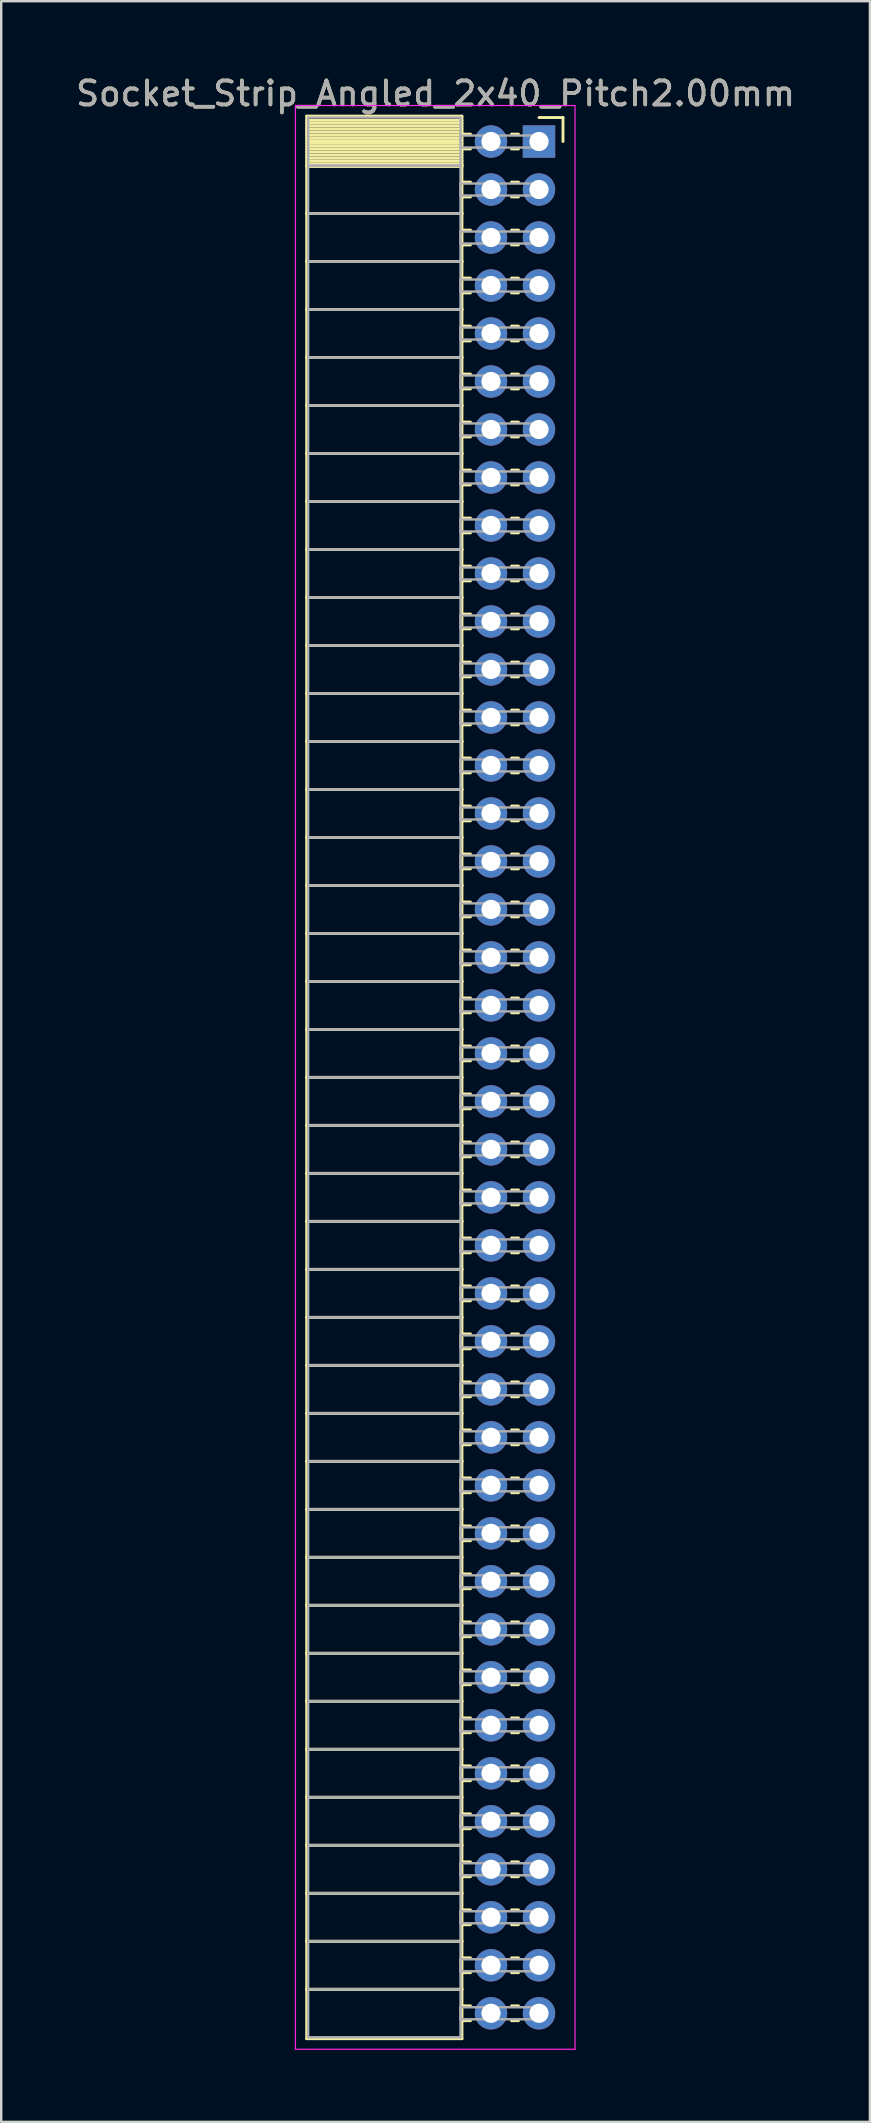
<source format=kicad_pcb>
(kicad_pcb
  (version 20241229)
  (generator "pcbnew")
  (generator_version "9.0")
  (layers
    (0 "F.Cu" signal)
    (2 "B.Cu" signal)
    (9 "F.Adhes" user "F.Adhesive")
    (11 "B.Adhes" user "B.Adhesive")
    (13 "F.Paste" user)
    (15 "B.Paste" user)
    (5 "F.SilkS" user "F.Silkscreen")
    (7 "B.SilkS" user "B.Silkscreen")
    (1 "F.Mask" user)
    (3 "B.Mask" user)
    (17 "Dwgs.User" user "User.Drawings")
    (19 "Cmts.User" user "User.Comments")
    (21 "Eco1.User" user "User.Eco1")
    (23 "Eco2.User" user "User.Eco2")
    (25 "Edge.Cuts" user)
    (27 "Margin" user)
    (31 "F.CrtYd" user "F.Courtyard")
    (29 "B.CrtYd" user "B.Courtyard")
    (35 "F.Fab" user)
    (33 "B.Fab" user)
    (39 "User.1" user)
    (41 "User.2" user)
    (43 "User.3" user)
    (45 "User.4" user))
  (footprint "Socket_Strip_Angled_2x40_Pitch2.00mm"
    (layer "F.Cu")
    (at 19.411 2.848)
    (property "Reference" "Socket_Strip_Angled_2x40_Pitch2.00mm" (at -4.31 -2 0) (layer "F.SilkS") (effects (font (size 1 1) (thickness 0.15))))
    (attr through_hole)
    (fp_line (start -9.68 -1.06) (end -3.21 -1.06) (stroke (width 0.12) (type solid)) (layer "F.SilkS"))
    (fp_line (start -9.68 1) (end -9.68 -1.06) (stroke (width 0.12) (type solid)) (layer "F.SilkS"))
    (fp_line (start -9.68 1) (end -3.21 1) (stroke (width 0.12) (type solid)) (layer "F.SilkS"))
    (fp_line (start -9.68 3) (end -9.68 1) (stroke (width 0.12) (type solid)) (layer "F.SilkS"))
    (fp_line (start -9.68 3) (end -3.21 3) (stroke (width 0.12) (type solid)) (layer "F.SilkS"))
    (fp_line (start -9.68 5) (end -9.68 3) (stroke (width 0.12) (type solid)) (layer "F.SilkS"))
    (fp_line (start -9.68 5) (end -3.21 5) (stroke (width 0.12) (type solid)) (layer "F.SilkS"))
    (fp_line (start -9.68 7) (end -9.68 5) (stroke (width 0.12) (type solid)) (layer "F.SilkS"))
    (fp_line (start -9.68 7) (end -3.21 7) (stroke (width 0.12) (type solid)) (layer "F.SilkS"))
    (fp_line (start -9.68 9) (end -9.68 7) (stroke (width 0.12) (type solid)) (layer "F.SilkS"))
    (fp_line (start -9.68 9) (end -3.21 9) (stroke (width 0.12) (type solid)) (layer "F.SilkS"))
    (fp_line (start -9.68 11) (end -9.68 9) (stroke (width 0.12) (type solid)) (layer "F.SilkS"))
    (fp_line (start -9.68 11) (end -3.21 11) (stroke (width 0.12) (type solid)) (layer "F.SilkS"))
    (fp_line (start -9.68 13) (end -9.68 11) (stroke (width 0.12) (type solid)) (layer "F.SilkS"))
    (fp_line (start -9.68 13) (end -3.21 13) (stroke (width 0.12) (type solid)) (layer "F.SilkS"))
    (fp_line (start -9.68 15) (end -9.68 13) (stroke (width 0.12) (type solid)) (layer "F.SilkS"))
    (fp_line (start -9.68 15) (end -3.21 15) (stroke (width 0.12) (type solid)) (layer "F.SilkS"))
    (fp_line (start -9.68 17) (end -9.68 15) (stroke (width 0.12) (type solid)) (layer "F.SilkS"))
    (fp_line (start -9.68 17) (end -3.21 17) (stroke (width 0.12) (type solid)) (layer "F.SilkS"))
    (fp_line (start -9.68 19) (end -9.68 17) (stroke (width 0.12) (type solid)) (layer "F.SilkS"))
    (fp_line (start -9.68 19) (end -3.21 19) (stroke (width 0.12) (type solid)) (layer "F.SilkS"))
    (fp_line (start -9.68 21) (end -9.68 19) (stroke (width 0.12) (type solid)) (layer "F.SilkS"))
    (fp_line (start -9.68 21) (end -3.21 21) (stroke (width 0.12) (type solid)) (layer "F.SilkS"))
    (fp_line (start -9.68 23) (end -9.68 21) (stroke (width 0.12) (type solid)) (layer "F.SilkS"))
    (fp_line (start -9.68 23) (end -3.21 23) (stroke (width 0.12) (type solid)) (layer "F.SilkS"))
    (fp_line (start -9.68 25) (end -9.68 23) (stroke (width 0.12) (type solid)) (layer "F.SilkS"))
    (fp_line (start -9.68 25) (end -3.21 25) (stroke (width 0.12) (type solid)) (layer "F.SilkS"))
    (fp_line (start -9.68 27) (end -9.68 25) (stroke (width 0.12) (type solid)) (layer "F.SilkS"))
    (fp_line (start -9.68 27) (end -3.21 27) (stroke (width 0.12) (type solid)) (layer "F.SilkS"))
    (fp_line (start -9.68 29) (end -9.68 27) (stroke (width 0.12) (type solid)) (layer "F.SilkS"))
    (fp_line (start -9.68 29) (end -3.21 29) (stroke (width 0.12) (type solid)) (layer "F.SilkS"))
    (fp_line (start -9.68 31) (end -9.68 29) (stroke (width 0.12) (type solid)) (layer "F.SilkS"))
    (fp_line (start -9.68 31) (end -3.21 31) (stroke (width 0.12) (type solid)) (layer "F.SilkS"))
    (fp_line (start -9.68 33) (end -9.68 31) (stroke (width 0.12) (type solid)) (layer "F.SilkS"))
    (fp_line (start -9.68 33) (end -3.21 33) (stroke (width 0.12) (type solid)) (layer "F.SilkS"))
    (fp_line (start -9.68 35) (end -9.68 33) (stroke (width 0.12) (type solid)) (layer "F.SilkS"))
    (fp_line (start -9.68 35) (end -3.21 35) (stroke (width 0.12) (type solid)) (layer "F.SilkS"))
    (fp_line (start -9.68 37) (end -9.68 35) (stroke (width 0.12) (type solid)) (layer "F.SilkS"))
    (fp_line (start -9.68 37) (end -3.21 37) (stroke (width 0.12) (type solid)) (layer "F.SilkS"))
    (fp_line (start -9.68 39) (end -9.68 37) (stroke (width 0.12) (type solid)) (layer "F.SilkS"))
    (fp_line (start -9.68 39) (end -3.21 39) (stroke (width 0.12) (type solid)) (layer "F.SilkS"))
    (fp_line (start -9.68 41) (end -9.68 39) (stroke (width 0.12) (type solid)) (layer "F.SilkS"))
    (fp_line (start -9.68 41) (end -3.21 41) (stroke (width 0.12) (type solid)) (layer "F.SilkS"))
    (fp_line (start -9.68 43) (end -9.68 41) (stroke (width 0.12) (type solid)) (layer "F.SilkS"))
    (fp_line (start -9.68 43) (end -3.21 43) (stroke (width 0.12) (type solid)) (layer "F.SilkS"))
    (fp_line (start -9.68 45) (end -9.68 43) (stroke (width 0.12) (type solid)) (layer "F.SilkS"))
    (fp_line (start -9.68 45) (end -3.21 45) (stroke (width 0.12) (type solid)) (layer "F.SilkS"))
    (fp_line (start -9.68 47) (end -9.68 45) (stroke (width 0.12) (type solid)) (layer "F.SilkS"))
    (fp_line (start -9.68 47) (end -3.21 47) (stroke (width 0.12) (type solid)) (layer "F.SilkS"))
    (fp_line (start -9.68 49) (end -9.68 47) (stroke (width 0.12) (type solid)) (layer "F.SilkS"))
    (fp_line (start -9.68 49) (end -3.21 49) (stroke (width 0.12) (type solid)) (layer "F.SilkS"))
    (fp_line (start -9.68 51) (end -9.68 49) (stroke (width 0.12) (type solid)) (layer "F.SilkS"))
    (fp_line (start -9.68 51) (end -3.21 51) (stroke (width 0.12) (type solid)) (layer "F.SilkS"))
    (fp_line (start -9.68 53) (end -9.68 51) (stroke (width 0.12) (type solid)) (layer "F.SilkS"))
    (fp_line (start -9.68 53) (end -3.21 53) (stroke (width 0.12) (type solid)) (layer "F.SilkS"))
    (fp_line (start -9.68 55) (end -9.68 53) (stroke (width 0.12) (type solid)) (layer "F.SilkS"))
    (fp_line (start -9.68 55) (end -3.21 55) (stroke (width 0.12) (type solid)) (layer "F.SilkS"))
    (fp_line (start -9.68 57) (end -9.68 55) (stroke (width 0.12) (type solid)) (layer "F.SilkS"))
    (fp_line (start -9.68 57) (end -3.21 57) (stroke (width 0.12) (type solid)) (layer "F.SilkS"))
    (fp_line (start -9.68 59) (end -9.68 57) (stroke (width 0.12) (type solid)) (layer "F.SilkS"))
    (fp_line (start -9.68 59) (end -3.21 59) (stroke (width 0.12) (type solid)) (layer "F.SilkS"))
    (fp_line (start -9.68 61) (end -9.68 59) (stroke (width 0.12) (type solid)) (layer "F.SilkS"))
    (fp_line (start -9.68 61) (end -3.21 61) (stroke (width 0.12) (type solid)) (layer "F.SilkS"))
    (fp_line (start -9.68 63) (end -9.68 61) (stroke (width 0.12) (type solid)) (layer "F.SilkS"))
    (fp_line (start -9.68 63) (end -3.21 63) (stroke (width 0.12) (type solid)) (layer "F.SilkS"))
    (fp_line (start -9.68 65) (end -9.68 63) (stroke (width 0.12) (type solid)) (layer "F.SilkS"))
    (fp_line (start -9.68 65) (end -3.21 65) (stroke (width 0.12) (type solid)) (layer "F.SilkS"))
    (fp_line (start -9.68 67) (end -9.68 65) (stroke (width 0.12) (type solid)) (layer "F.SilkS"))
    (fp_line (start -9.68 67) (end -3.21 67) (stroke (width 0.12) (type solid)) (layer "F.SilkS"))
    (fp_line (start -9.68 69) (end -9.68 67) (stroke (width 0.12) (type solid)) (layer "F.SilkS"))
    (fp_line (start -9.68 69) (end -3.21 69) (stroke (width 0.12) (type solid)) (layer "F.SilkS"))
    (fp_line (start -9.68 71) (end -9.68 69) (stroke (width 0.12) (type solid)) (layer "F.SilkS"))
    (fp_line (start -9.68 71) (end -3.21 71) (stroke (width 0.12) (type solid)) (layer "F.SilkS"))
    (fp_line (start -9.68 73) (end -9.68 71) (stroke (width 0.12) (type solid)) (layer "F.SilkS"))
    (fp_line (start -9.68 73) (end -3.21 73) (stroke (width 0.12) (type solid)) (layer "F.SilkS"))
    (fp_line (start -9.68 75) (end -9.68 73) (stroke (width 0.12) (type solid)) (layer "F.SilkS"))
    (fp_line (start -9.68 75) (end -3.21 75) (stroke (width 0.12) (type solid)) (layer "F.SilkS"))
    (fp_line (start -9.68 77) (end -9.68 75) (stroke (width 0.12) (type solid)) (layer "F.SilkS"))
    (fp_line (start -9.68 77) (end -3.21 77) (stroke (width 0.12) (type solid)) (layer "F.SilkS"))
    (fp_line (start -9.68 79.06) (end -9.68 77) (stroke (width 0.12) (type solid)) (layer "F.SilkS"))
    (fp_line (start -3.21 -1.06) (end -3.21 1) (stroke (width 0.12) (type solid)) (layer "F.SilkS"))
    (fp_line (start -3.21 -0.88) (end -9.68 -0.88) (stroke (width 0.12) (type solid)) (layer "F.SilkS"))
    (fp_line (start -3.21 -0.76) (end -9.68 -0.76) (stroke (width 0.12) (type solid)) (layer "F.SilkS"))
    (fp_line (start -3.21 -0.64) (end -9.68 -0.64) (stroke (width 0.12) (type solid)) (layer "F.SilkS"))
    (fp_line (start -3.21 -0.52) (end -9.68 -0.52) (stroke (width 0.12) (type solid)) (layer "F.SilkS"))
    (fp_line (start -3.21 -0.4) (end -9.68 -0.4) (stroke (width 0.12) (type solid)) (layer "F.SilkS"))
    (fp_line (start -3.21 -0.28) (end -9.68 -0.28) (stroke (width 0.12) (type solid)) (layer "F.SilkS"))
    (fp_line (start -3.21 -0.16) (end -9.68 -0.16) (stroke (width 0.12) (type solid)) (layer "F.SilkS"))
    (fp_line (start -3.21 -0.04) (end -9.68 -0.04) (stroke (width 0.12) (type solid)) (layer "F.SilkS"))
    (fp_line (start -3.21 0.08) (end -9.68 0.08) (stroke (width 0.12) (type solid)) (layer "F.SilkS"))
    (fp_line (start -3.21 0.2) (end -9.68 0.2) (stroke (width 0.12) (type solid)) (layer "F.SilkS"))
    (fp_line (start -3.21 0.32) (end -9.68 0.32) (stroke (width 0.12) (type solid)) (layer "F.SilkS"))
    (fp_line (start -3.21 0.44) (end -9.68 0.44) (stroke (width 0.12) (type solid)) (layer "F.SilkS"))
    (fp_line (start -3.21 0.56) (end -9.68 0.56) (stroke (width 0.12) (type solid)) (layer "F.SilkS"))
    (fp_line (start -3.21 0.68) (end -9.68 0.68) (stroke (width 0.12) (type solid)) (layer "F.SilkS"))
    (fp_line (start -3.21 0.8) (end -9.68 0.8) (stroke (width 0.12) (type solid)) (layer "F.SilkS"))
    (fp_line (start -3.21 0.92) (end -9.68 0.92) (stroke (width 0.12) (type solid)) (layer "F.SilkS"))
    (fp_line (start -3.21 1) (end -9.68 1) (stroke (width 0.12) (type solid)) (layer "F.SilkS"))
    (fp_line (start -3.21 1) (end -3.21 3) (stroke (width 0.12) (type solid)) (layer "F.SilkS"))
    (fp_line (start -3.21 1.04) (end -9.68 1.04) (stroke (width 0.12) (type solid)) (layer "F.SilkS"))
    (fp_line (start -3.21 3) (end -9.68 3) (stroke (width 0.12) (type solid)) (layer "F.SilkS"))
    (fp_line (start -3.21 3) (end -3.21 5) (stroke (width 0.12) (type solid)) (layer "F.SilkS"))
    (fp_line (start -3.21 5) (end -9.68 5) (stroke (width 0.12) (type solid)) (layer "F.SilkS"))
    (fp_line (start -3.21 5) (end -3.21 7) (stroke (width 0.12) (type solid)) (layer "F.SilkS"))
    (fp_line (start -3.21 7) (end -9.68 7) (stroke (width 0.12) (type solid)) (layer "F.SilkS"))
    (fp_line (start -3.21 7) (end -3.21 9) (stroke (width 0.12) (type solid)) (layer "F.SilkS"))
    (fp_line (start -3.21 9) (end -9.68 9) (stroke (width 0.12) (type solid)) (layer "F.SilkS"))
    (fp_line (start -3.21 9) (end -3.21 11) (stroke (width 0.12) (type solid)) (layer "F.SilkS"))
    (fp_line (start -3.21 11) (end -9.68 11) (stroke (width 0.12) (type solid)) (layer "F.SilkS"))
    (fp_line (start -3.21 11) (end -3.21 13) (stroke (width 0.12) (type solid)) (layer "F.SilkS"))
    (fp_line (start -3.21 13) (end -9.68 13) (stroke (width 0.12) (type solid)) (layer "F.SilkS"))
    (fp_line (start -3.21 13) (end -3.21 15) (stroke (width 0.12) (type solid)) (layer "F.SilkS"))
    (fp_line (start -3.21 15) (end -9.68 15) (stroke (width 0.12) (type solid)) (layer "F.SilkS"))
    (fp_line (start -3.21 15) (end -3.21 17) (stroke (width 0.12) (type solid)) (layer "F.SilkS"))
    (fp_line (start -3.21 17) (end -9.68 17) (stroke (width 0.12) (type solid)) (layer "F.SilkS"))
    (fp_line (start -3.21 17) (end -3.21 19) (stroke (width 0.12) (type solid)) (layer "F.SilkS"))
    (fp_line (start -3.21 19) (end -9.68 19) (stroke (width 0.12) (type solid)) (layer "F.SilkS"))
    (fp_line (start -3.21 19) (end -3.21 21) (stroke (width 0.12) (type solid)) (layer "F.SilkS"))
    (fp_line (start -3.21 21) (end -9.68 21) (stroke (width 0.12) (type solid)) (layer "F.SilkS"))
    (fp_line (start -3.21 21) (end -3.21 23) (stroke (width 0.12) (type solid)) (layer "F.SilkS"))
    (fp_line (start -3.21 23) (end -9.68 23) (stroke (width 0.12) (type solid)) (layer "F.SilkS"))
    (fp_line (start -3.21 23) (end -3.21 25) (stroke (width 0.12) (type solid)) (layer "F.SilkS"))
    (fp_line (start -3.21 25) (end -9.68 25) (stroke (width 0.12) (type solid)) (layer "F.SilkS"))
    (fp_line (start -3.21 25) (end -3.21 27) (stroke (width 0.12) (type solid)) (layer "F.SilkS"))
    (fp_line (start -3.21 27) (end -9.68 27) (stroke (width 0.12) (type solid)) (layer "F.SilkS"))
    (fp_line (start -3.21 27) (end -3.21 29) (stroke (width 0.12) (type solid)) (layer "F.SilkS"))
    (fp_line (start -3.21 29) (end -9.68 29) (stroke (width 0.12) (type solid)) (layer "F.SilkS"))
    (fp_line (start -3.21 29) (end -3.21 31) (stroke (width 0.12) (type solid)) (layer "F.SilkS"))
    (fp_line (start -3.21 31) (end -9.68 31) (stroke (width 0.12) (type solid)) (layer "F.SilkS"))
    (fp_line (start -3.21 31) (end -3.21 33) (stroke (width 0.12) (type solid)) (layer "F.SilkS"))
    (fp_line (start -3.21 33) (end -9.68 33) (stroke (width 0.12) (type solid)) (layer "F.SilkS"))
    (fp_line (start -3.21 33) (end -3.21 35) (stroke (width 0.12) (type solid)) (layer "F.SilkS"))
    (fp_line (start -3.21 35) (end -9.68 35) (stroke (width 0.12) (type solid)) (layer "F.SilkS"))
    (fp_line (start -3.21 35) (end -3.21 37) (stroke (width 0.12) (type solid)) (layer "F.SilkS"))
    (fp_line (start -3.21 37) (end -9.68 37) (stroke (width 0.12) (type solid)) (layer "F.SilkS"))
    (fp_line (start -3.21 37) (end -3.21 39) (stroke (width 0.12) (type solid)) (layer "F.SilkS"))
    (fp_line (start -3.21 39) (end -9.68 39) (stroke (width 0.12) (type solid)) (layer "F.SilkS"))
    (fp_line (start -3.21 39) (end -3.21 41) (stroke (width 0.12) (type solid)) (layer "F.SilkS"))
    (fp_line (start -3.21 41) (end -9.68 41) (stroke (width 0.12) (type solid)) (layer "F.SilkS"))
    (fp_line (start -3.21 41) (end -3.21 43) (stroke (width 0.12) (type solid)) (layer "F.SilkS"))
    (fp_line (start -3.21 43) (end -9.68 43) (stroke (width 0.12) (type solid)) (layer "F.SilkS"))
    (fp_line (start -3.21 43) (end -3.21 45) (stroke (width 0.12) (type solid)) (layer "F.SilkS"))
    (fp_line (start -3.21 45) (end -9.68 45) (stroke (width 0.12) (type solid)) (layer "F.SilkS"))
    (fp_line (start -3.21 45) (end -3.21 47) (stroke (width 0.12) (type solid)) (layer "F.SilkS"))
    (fp_line (start -3.21 47) (end -9.68 47) (stroke (width 0.12) (type solid)) (layer "F.SilkS"))
    (fp_line (start -3.21 47) (end -3.21 49) (stroke (width 0.12) (type solid)) (layer "F.SilkS"))
    (fp_line (start -3.21 49) (end -9.68 49) (stroke (width 0.12) (type solid)) (layer "F.SilkS"))
    (fp_line (start -3.21 49) (end -3.21 51) (stroke (width 0.12) (type solid)) (layer "F.SilkS"))
    (fp_line (start -3.21 51) (end -9.68 51) (stroke (width 0.12) (type solid)) (layer "F.SilkS"))
    (fp_line (start -3.21 51) (end -3.21 53) (stroke (width 0.12) (type solid)) (layer "F.SilkS"))
    (fp_line (start -3.21 53) (end -9.68 53) (stroke (width 0.12) (type solid)) (layer "F.SilkS"))
    (fp_line (start -3.21 53) (end -3.21 55) (stroke (width 0.12) (type solid)) (layer "F.SilkS"))
    (fp_line (start -3.21 55) (end -9.68 55) (stroke (width 0.12) (type solid)) (layer "F.SilkS"))
    (fp_line (start -3.21 55) (end -3.21 57) (stroke (width 0.12) (type solid)) (layer "F.SilkS"))
    (fp_line (start -3.21 57) (end -9.68 57) (stroke (width 0.12) (type solid)) (layer "F.SilkS"))
    (fp_line (start -3.21 57) (end -3.21 59) (stroke (width 0.12) (type solid)) (layer "F.SilkS"))
    (fp_line (start -3.21 59) (end -9.68 59) (stroke (width 0.12) (type solid)) (layer "F.SilkS"))
    (fp_line (start -3.21 59) (end -3.21 61) (stroke (width 0.12) (type solid)) (layer "F.SilkS"))
    (fp_line (start -3.21 61) (end -9.68 61) (stroke (width 0.12) (type solid)) (layer "F.SilkS"))
    (fp_line (start -3.21 61) (end -3.21 63) (stroke (width 0.12) (type solid)) (layer "F.SilkS"))
    (fp_line (start -3.21 63) (end -9.68 63) (stroke (width 0.12) (type solid)) (layer "F.SilkS"))
    (fp_line (start -3.21 63) (end -3.21 65) (stroke (width 0.12) (type solid)) (layer "F.SilkS"))
    (fp_line (start -3.21 65) (end -9.68 65) (stroke (width 0.12) (type solid)) (layer "F.SilkS"))
    (fp_line (start -3.21 65) (end -3.21 67) (stroke (width 0.12) (type solid)) (layer "F.SilkS"))
    (fp_line (start -3.21 67) (end -9.68 67) (stroke (width 0.12) (type solid)) (layer "F.SilkS"))
    (fp_line (start -3.21 67) (end -3.21 69) (stroke (width 0.12) (type solid)) (layer "F.SilkS"))
    (fp_line (start -3.21 69) (end -9.68 69) (stroke (width 0.12) (type solid)) (layer "F.SilkS"))
    (fp_line (start -3.21 69) (end -3.21 71) (stroke (width 0.12) (type solid)) (layer "F.SilkS"))
    (fp_line (start -3.21 71) (end -9.68 71) (stroke (width 0.12) (type solid)) (layer "F.SilkS"))
    (fp_line (start -3.21 71) (end -3.21 73) (stroke (width 0.12) (type solid)) (layer "F.SilkS"))
    (fp_line (start -3.21 73) (end -9.68 73) (stroke (width 0.12) (type solid)) (layer "F.SilkS"))
    (fp_line (start -3.21 73) (end -3.21 75) (stroke (width 0.12) (type solid)) (layer "F.SilkS"))
    (fp_line (start -3.21 75) (end -9.68 75) (stroke (width 0.12) (type solid)) (layer "F.SilkS"))
    (fp_line (start -3.21 75) (end -3.21 77) (stroke (width 0.12) (type solid)) (layer "F.SilkS"))
    (fp_line (start -3.21 77) (end -9.68 77) (stroke (width 0.12) (type solid)) (layer "F.SilkS"))
    (fp_line (start -3.21 77) (end -3.21 79.06) (stroke (width 0.12) (type solid)) (layer "F.SilkS"))
    (fp_line (start -3.21 79.06) (end -9.68 79.06) (stroke (width 0.12) (type solid)) (layer "F.SilkS"))
    (fp_line (start -2.855 -0.31) (end -3.21 -0.31) (stroke (width 0.12) (type solid)) (layer "F.SilkS"))
    (fp_line (start -2.855 0.31) (end -3.21 0.31) (stroke (width 0.12) (type solid)) (layer "F.SilkS"))
    (fp_line (start -2.855 1.69) (end -3.21 1.69) (stroke (width 0.12) (type solid)) (layer "F.SilkS"))
    (fp_line (start -2.855 2.31) (end -3.21 2.31) (stroke (width 0.12) (type solid)) (layer "F.SilkS"))
    (fp_line (start -2.855 3.69) (end -3.21 3.69) (stroke (width 0.12) (type solid)) (layer "F.SilkS"))
    (fp_line (start -2.855 4.31) (end -3.21 4.31) (stroke (width 0.12) (type solid)) (layer "F.SilkS"))
    (fp_line (start -2.855 5.69) (end -3.21 5.69) (stroke (width 0.12) (type solid)) (layer "F.SilkS"))
    (fp_line (start -2.855 6.31) (end -3.21 6.31) (stroke (width 0.12) (type solid)) (layer "F.SilkS"))
    (fp_line (start -2.855 7.69) (end -3.21 7.69) (stroke (width 0.12) (type solid)) (layer "F.SilkS"))
    (fp_line (start -2.855 8.31) (end -3.21 8.31) (stroke (width 0.12) (type solid)) (layer "F.SilkS"))
    (fp_line (start -2.855 9.69) (end -3.21 9.69) (stroke (width 0.12) (type solid)) (layer "F.SilkS"))
    (fp_line (start -2.855 10.31) (end -3.21 10.31) (stroke (width 0.12) (type solid)) (layer "F.SilkS"))
    (fp_line (start -2.855 11.69) (end -3.21 11.69) (stroke (width 0.12) (type solid)) (layer "F.SilkS"))
    (fp_line (start -2.855 12.31) (end -3.21 12.31) (stroke (width 0.12) (type solid)) (layer "F.SilkS"))
    (fp_line (start -2.855 13.69) (end -3.21 13.69) (stroke (width 0.12) (type solid)) (layer "F.SilkS"))
    (fp_line (start -2.855 14.31) (end -3.21 14.31) (stroke (width 0.12) (type solid)) (layer "F.SilkS"))
    (fp_line (start -2.855 15.69) (end -3.21 15.69) (stroke (width 0.12) (type solid)) (layer "F.SilkS"))
    (fp_line (start -2.855 16.31) (end -3.21 16.31) (stroke (width 0.12) (type solid)) (layer "F.SilkS"))
    (fp_line (start -2.855 17.69) (end -3.21 17.69) (stroke (width 0.12) (type solid)) (layer "F.SilkS"))
    (fp_line (start -2.855 18.31) (end -3.21 18.31) (stroke (width 0.12) (type solid)) (layer "F.SilkS"))
    (fp_line (start -2.855 19.69) (end -3.21 19.69) (stroke (width 0.12) (type solid)) (layer "F.SilkS"))
    (fp_line (start -2.855 20.31) (end -3.21 20.31) (stroke (width 0.12) (type solid)) (layer "F.SilkS"))
    (fp_line (start -2.855 21.69) (end -3.21 21.69) (stroke (width 0.12) (type solid)) (layer "F.SilkS"))
    (fp_line (start -2.855 22.31) (end -3.21 22.31) (stroke (width 0.12) (type solid)) (layer "F.SilkS"))
    (fp_line (start -2.855 23.69) (end -3.21 23.69) (stroke (width 0.12) (type solid)) (layer "F.SilkS"))
    (fp_line (start -2.855 24.31) (end -3.21 24.31) (stroke (width 0.12) (type solid)) (layer "F.SilkS"))
    (fp_line (start -2.855 25.69) (end -3.21 25.69) (stroke (width 0.12) (type solid)) (layer "F.SilkS"))
    (fp_line (start -2.855 26.31) (end -3.21 26.31) (stroke (width 0.12) (type solid)) (layer "F.SilkS"))
    (fp_line (start -2.855 27.69) (end -3.21 27.69) (stroke (width 0.12) (type solid)) (layer "F.SilkS"))
    (fp_line (start -2.855 28.31) (end -3.21 28.31) (stroke (width 0.12) (type solid)) (layer "F.SilkS"))
    (fp_line (start -2.855 29.69) (end -3.21 29.69) (stroke (width 0.12) (type solid)) (layer "F.SilkS"))
    (fp_line (start -2.855 30.31) (end -3.21 30.31) (stroke (width 0.12) (type solid)) (layer "F.SilkS"))
    (fp_line (start -2.855 31.69) (end -3.21 31.69) (stroke (width 0.12) (type solid)) (layer "F.SilkS"))
    (fp_line (start -2.855 32.31) (end -3.21 32.31) (stroke (width 0.12) (type solid)) (layer "F.SilkS"))
    (fp_line (start -2.855 33.69) (end -3.21 33.69) (stroke (width 0.12) (type solid)) (layer "F.SilkS"))
    (fp_line (start -2.855 34.31) (end -3.21 34.31) (stroke (width 0.12) (type solid)) (layer "F.SilkS"))
    (fp_line (start -2.855 35.69) (end -3.21 35.69) (stroke (width 0.12) (type solid)) (layer "F.SilkS"))
    (fp_line (start -2.855 36.31) (end -3.21 36.31) (stroke (width 0.12) (type solid)) (layer "F.SilkS"))
    (fp_line (start -2.855 37.69) (end -3.21 37.69) (stroke (width 0.12) (type solid)) (layer "F.SilkS"))
    (fp_line (start -2.855 38.31) (end -3.21 38.31) (stroke (width 0.12) (type solid)) (layer "F.SilkS"))
    (fp_line (start -2.855 39.69) (end -3.21 39.69) (stroke (width 0.12) (type solid)) (layer "F.SilkS"))
    (fp_line (start -2.855 40.31) (end -3.21 40.31) (stroke (width 0.12) (type solid)) (layer "F.SilkS"))
    (fp_line (start -2.855 41.69) (end -3.21 41.69) (stroke (width 0.12) (type solid)) (layer "F.SilkS"))
    (fp_line (start -2.855 42.31) (end -3.21 42.31) (stroke (width 0.12) (type solid)) (layer "F.SilkS"))
    (fp_line (start -2.855 43.69) (end -3.21 43.69) (stroke (width 0.12) (type solid)) (layer "F.SilkS"))
    (fp_line (start -2.855 44.31) (end -3.21 44.31) (stroke (width 0.12) (type solid)) (layer "F.SilkS"))
    (fp_line (start -2.855 45.69) (end -3.21 45.69) (stroke (width 0.12) (type solid)) (layer "F.SilkS"))
    (fp_line (start -2.855 46.31) (end -3.21 46.31) (stroke (width 0.12) (type solid)) (layer "F.SilkS"))
    (fp_line (start -2.855 47.69) (end -3.21 47.69) (stroke (width 0.12) (type solid)) (layer "F.SilkS"))
    (fp_line (start -2.855 48.31) (end -3.21 48.31) (stroke (width 0.12) (type solid)) (layer "F.SilkS"))
    (fp_line (start -2.855 49.69) (end -3.21 49.69) (stroke (width 0.12) (type solid)) (layer "F.SilkS"))
    (fp_line (start -2.855 50.31) (end -3.21 50.31) (stroke (width 0.12) (type solid)) (layer "F.SilkS"))
    (fp_line (start -2.855 51.69) (end -3.21 51.69) (stroke (width 0.12) (type solid)) (layer "F.SilkS"))
    (fp_line (start -2.855 52.31) (end -3.21 52.31) (stroke (width 0.12) (type solid)) (layer "F.SilkS"))
    (fp_line (start -2.855 53.69) (end -3.21 53.69) (stroke (width 0.12) (type solid)) (layer "F.SilkS"))
    (fp_line (start -2.855 54.31) (end -3.21 54.31) (stroke (width 0.12) (type solid)) (layer "F.SilkS"))
    (fp_line (start -2.855 55.69) (end -3.21 55.69) (stroke (width 0.12) (type solid)) (layer "F.SilkS"))
    (fp_line (start -2.855 56.31) (end -3.21 56.31) (stroke (width 0.12) (type solid)) (layer "F.SilkS"))
    (fp_line (start -2.855 57.69) (end -3.21 57.69) (stroke (width 0.12) (type solid)) (layer "F.SilkS"))
    (fp_line (start -2.855 58.31) (end -3.21 58.31) (stroke (width 0.12) (type solid)) (layer "F.SilkS"))
    (fp_line (start -2.855 59.69) (end -3.21 59.69) (stroke (width 0.12) (type solid)) (layer "F.SilkS"))
    (fp_line (start -2.855 60.31) (end -3.21 60.31) (stroke (width 0.12) (type solid)) (layer "F.SilkS"))
    (fp_line (start -2.855 61.69) (end -3.21 61.69) (stroke (width 0.12) (type solid)) (layer "F.SilkS"))
    (fp_line (start -2.855 62.31) (end -3.21 62.31) (stroke (width 0.12) (type solid)) (layer "F.SilkS"))
    (fp_line (start -2.855 63.69) (end -3.21 63.69) (stroke (width 0.12) (type solid)) (layer "F.SilkS"))
    (fp_line (start -2.855 64.31) (end -3.21 64.31) (stroke (width 0.12) (type solid)) (layer "F.SilkS"))
    (fp_line (start -2.855 65.69) (end -3.21 65.69) (stroke (width 0.12) (type solid)) (layer "F.SilkS"))
    (fp_line (start -2.855 66.31) (end -3.21 66.31) (stroke (width 0.12) (type solid)) (layer "F.SilkS"))
    (fp_line (start -2.855 67.69) (end -3.21 67.69) (stroke (width 0.12) (type solid)) (layer "F.SilkS"))
    (fp_line (start -2.855 68.31) (end -3.21 68.31) (stroke (width 0.12) (type solid)) (layer "F.SilkS"))
    (fp_line (start -2.855 69.69) (end -3.21 69.69) (stroke (width 0.12) (type solid)) (layer "F.SilkS"))
    (fp_line (start -2.855 70.31) (end -3.21 70.31) (stroke (width 0.12) (type solid)) (layer "F.SilkS"))
    (fp_line (start -2.855 71.69) (end -3.21 71.69) (stroke (width 0.12) (type solid)) (layer "F.SilkS"))
    (fp_line (start -2.855 72.31) (end -3.21 72.31) (stroke (width 0.12) (type solid)) (layer "F.SilkS"))
    (fp_line (start -2.855 73.69) (end -3.21 73.69) (stroke (width 0.12) (type solid)) (layer "F.SilkS"))
    (fp_line (start -2.855 74.31) (end -3.21 74.31) (stroke (width 0.12) (type solid)) (layer "F.SilkS"))
    (fp_line (start -2.855 75.69) (end -3.21 75.69) (stroke (width 0.12) (type solid)) (layer "F.SilkS"))
    (fp_line (start -2.855 76.31) (end -3.21 76.31) (stroke (width 0.12) (type solid)) (layer "F.SilkS"))
    (fp_line (start -2.855 77.69) (end -3.21 77.69) (stroke (width 0.12) (type solid)) (layer "F.SilkS"))
    (fp_line (start -2.855 78.31) (end -3.21 78.31) (stroke (width 0.12) (type solid)) (layer "F.SilkS"))
    (fp_line (start -0.855 -0.31) (end -1.145 -0.31) (stroke (width 0.12) (type solid)) (layer "F.SilkS"))
    (fp_line (start -0.855 0.31) (end -1.145 0.31) (stroke (width 0.12) (type solid)) (layer "F.SilkS"))
    (fp_line (start -0.855 1.69) (end -1.145 1.69) (stroke (width 0.12) (type solid)) (layer "F.SilkS"))
    (fp_line (start -0.855 2.31) (end -1.145 2.31) (stroke (width 0.12) (type solid)) (layer "F.SilkS"))
    (fp_line (start -0.855 3.69) (end -1.145 3.69) (stroke (width 0.12) (type solid)) (layer "F.SilkS"))
    (fp_line (start -0.855 4.31) (end -1.145 4.31) (stroke (width 0.12) (type solid)) (layer "F.SilkS"))
    (fp_line (start -0.855 5.69) (end -1.145 5.69) (stroke (width 0.12) (type solid)) (layer "F.SilkS"))
    (fp_line (start -0.855 6.31) (end -1.145 6.31) (stroke (width 0.12) (type solid)) (layer "F.SilkS"))
    (fp_line (start -0.855 7.69) (end -1.145 7.69) (stroke (width 0.12) (type solid)) (layer "F.SilkS"))
    (fp_line (start -0.855 8.31) (end -1.145 8.31) (stroke (width 0.12) (type solid)) (layer "F.SilkS"))
    (fp_line (start -0.855 9.69) (end -1.145 9.69) (stroke (width 0.12) (type solid)) (layer "F.SilkS"))
    (fp_line (start -0.855 10.31) (end -1.145 10.31) (stroke (width 0.12) (type solid)) (layer "F.SilkS"))
    (fp_line (start -0.855 11.69) (end -1.145 11.69) (stroke (width 0.12) (type solid)) (layer "F.SilkS"))
    (fp_line (start -0.855 12.31) (end -1.145 12.31) (stroke (width 0.12) (type solid)) (layer "F.SilkS"))
    (fp_line (start -0.855 13.69) (end -1.145 13.69) (stroke (width 0.12) (type solid)) (layer "F.SilkS"))
    (fp_line (start -0.855 14.31) (end -1.145 14.31) (stroke (width 0.12) (type solid)) (layer "F.SilkS"))
    (fp_line (start -0.855 15.69) (end -1.145 15.69) (stroke (width 0.12) (type solid)) (layer "F.SilkS"))
    (fp_line (start -0.855 16.31) (end -1.145 16.31) (stroke (width 0.12) (type solid)) (layer "F.SilkS"))
    (fp_line (start -0.855 17.69) (end -1.145 17.69) (stroke (width 0.12) (type solid)) (layer "F.SilkS"))
    (fp_line (start -0.855 18.31) (end -1.145 18.31) (stroke (width 0.12) (type solid)) (layer "F.SilkS"))
    (fp_line (start -0.855 19.69) (end -1.145 19.69) (stroke (width 0.12) (type solid)) (layer "F.SilkS"))
    (fp_line (start -0.855 20.31) (end -1.145 20.31) (stroke (width 0.12) (type solid)) (layer "F.SilkS"))
    (fp_line (start -0.855 21.69) (end -1.145 21.69) (stroke (width 0.12) (type solid)) (layer "F.SilkS"))
    (fp_line (start -0.855 22.31) (end -1.145 22.31) (stroke (width 0.12) (type solid)) (layer "F.SilkS"))
    (fp_line (start -0.855 23.69) (end -1.145 23.69) (stroke (width 0.12) (type solid)) (layer "F.SilkS"))
    (fp_line (start -0.855 24.31) (end -1.145 24.31) (stroke (width 0.12) (type solid)) (layer "F.SilkS"))
    (fp_line (start -0.855 25.69) (end -1.145 25.69) (stroke (width 0.12) (type solid)) (layer "F.SilkS"))
    (fp_line (start -0.855 26.31) (end -1.145 26.31) (stroke (width 0.12) (type solid)) (layer "F.SilkS"))
    (fp_line (start -0.855 27.69) (end -1.145 27.69) (stroke (width 0.12) (type solid)) (layer "F.SilkS"))
    (fp_line (start -0.855 28.31) (end -1.145 28.31) (stroke (width 0.12) (type solid)) (layer "F.SilkS"))
    (fp_line (start -0.855 29.69) (end -1.145 29.69) (stroke (width 0.12) (type solid)) (layer "F.SilkS"))
    (fp_line (start -0.855 30.31) (end -1.145 30.31) (stroke (width 0.12) (type solid)) (layer "F.SilkS"))
    (fp_line (start -0.855 31.69) (end -1.145 31.69) (stroke (width 0.12) (type solid)) (layer "F.SilkS"))
    (fp_line (start -0.855 32.31) (end -1.145 32.31) (stroke (width 0.12) (type solid)) (layer "F.SilkS"))
    (fp_line (start -0.855 33.69) (end -1.145 33.69) (stroke (width 0.12) (type solid)) (layer "F.SilkS"))
    (fp_line (start -0.855 34.31) (end -1.145 34.31) (stroke (width 0.12) (type solid)) (layer "F.SilkS"))
    (fp_line (start -0.855 35.69) (end -1.145 35.69) (stroke (width 0.12) (type solid)) (layer "F.SilkS"))
    (fp_line (start -0.855 36.31) (end -1.145 36.31) (stroke (width 0.12) (type solid)) (layer "F.SilkS"))
    (fp_line (start -0.855 37.69) (end -1.145 37.69) (stroke (width 0.12) (type solid)) (layer "F.SilkS"))
    (fp_line (start -0.855 38.31) (end -1.145 38.31) (stroke (width 0.12) (type solid)) (layer "F.SilkS"))
    (fp_line (start -0.855 39.69) (end -1.145 39.69) (stroke (width 0.12) (type solid)) (layer "F.SilkS"))
    (fp_line (start -0.855 40.31) (end -1.145 40.31) (stroke (width 0.12) (type solid)) (layer "F.SilkS"))
    (fp_line (start -0.855 41.69) (end -1.145 41.69) (stroke (width 0.12) (type solid)) (layer "F.SilkS"))
    (fp_line (start -0.855 42.31) (end -1.145 42.31) (stroke (width 0.12) (type solid)) (layer "F.SilkS"))
    (fp_line (start -0.855 43.69) (end -1.145 43.69) (stroke (width 0.12) (type solid)) (layer "F.SilkS"))
    (fp_line (start -0.855 44.31) (end -1.145 44.31) (stroke (width 0.12) (type solid)) (layer "F.SilkS"))
    (fp_line (start -0.855 45.69) (end -1.145 45.69) (stroke (width 0.12) (type solid)) (layer "F.SilkS"))
    (fp_line (start -0.855 46.31) (end -1.145 46.31) (stroke (width 0.12) (type solid)) (layer "F.SilkS"))
    (fp_line (start -0.855 47.69) (end -1.145 47.69) (stroke (width 0.12) (type solid)) (layer "F.SilkS"))
    (fp_line (start -0.855 48.31) (end -1.145 48.31) (stroke (width 0.12) (type solid)) (layer "F.SilkS"))
    (fp_line (start -0.855 49.69) (end -1.145 49.69) (stroke (width 0.12) (type solid)) (layer "F.SilkS"))
    (fp_line (start -0.855 50.31) (end -1.145 50.31) (stroke (width 0.12) (type solid)) (layer "F.SilkS"))
    (fp_line (start -0.855 51.69) (end -1.145 51.69) (stroke (width 0.12) (type solid)) (layer "F.SilkS"))
    (fp_line (start -0.855 52.31) (end -1.145 52.31) (stroke (width 0.12) (type solid)) (layer "F.SilkS"))
    (fp_line (start -0.855 53.69) (end -1.145 53.69) (stroke (width 0.12) (type solid)) (layer "F.SilkS"))
    (fp_line (start -0.855 54.31) (end -1.145 54.31) (stroke (width 0.12) (type solid)) (layer "F.SilkS"))
    (fp_line (start -0.855 55.69) (end -1.145 55.69) (stroke (width 0.12) (type solid)) (layer "F.SilkS"))
    (fp_line (start -0.855 56.31) (end -1.145 56.31) (stroke (width 0.12) (type solid)) (layer "F.SilkS"))
    (fp_line (start -0.855 57.69) (end -1.145 57.69) (stroke (width 0.12) (type solid)) (layer "F.SilkS"))
    (fp_line (start -0.855 58.31) (end -1.145 58.31) (stroke (width 0.12) (type solid)) (layer "F.SilkS"))
    (fp_line (start -0.855 59.69) (end -1.145 59.69) (stroke (width 0.12) (type solid)) (layer "F.SilkS"))
    (fp_line (start -0.855 60.31) (end -1.145 60.31) (stroke (width 0.12) (type solid)) (layer "F.SilkS"))
    (fp_line (start -0.855 61.69) (end -1.145 61.69) (stroke (width 0.12) (type solid)) (layer "F.SilkS"))
    (fp_line (start -0.855 62.31) (end -1.145 62.31) (stroke (width 0.12) (type solid)) (layer "F.SilkS"))
    (fp_line (start -0.855 63.69) (end -1.145 63.69) (stroke (width 0.12) (type solid)) (layer "F.SilkS"))
    (fp_line (start -0.855 64.31) (end -1.145 64.31) (stroke (width 0.12) (type solid)) (layer "F.SilkS"))
    (fp_line (start -0.855 65.69) (end -1.145 65.69) (stroke (width 0.12) (type solid)) (layer "F.SilkS"))
    (fp_line (start -0.855 66.31) (end -1.145 66.31) (stroke (width 0.12) (type solid)) (layer "F.SilkS"))
    (fp_line (start -0.855 67.69) (end -1.145 67.69) (stroke (width 0.12) (type solid)) (layer "F.SilkS"))
    (fp_line (start -0.855 68.31) (end -1.145 68.31) (stroke (width 0.12) (type solid)) (layer "F.SilkS"))
    (fp_line (start -0.855 69.69) (end -1.145 69.69) (stroke (width 0.12) (type solid)) (layer "F.SilkS"))
    (fp_line (start -0.855 70.31) (end -1.145 70.31) (stroke (width 0.12) (type solid)) (layer "F.SilkS"))
    (fp_line (start -0.855 71.69) (end -1.145 71.69) (stroke (width 0.12) (type solid)) (layer "F.SilkS"))
    (fp_line (start -0.855 72.31) (end -1.145 72.31) (stroke (width 0.12) (type solid)) (layer "F.SilkS"))
    (fp_line (start -0.855 73.69) (end -1.145 73.69) (stroke (width 0.12) (type solid)) (layer "F.SilkS"))
    (fp_line (start -0.855 74.31) (end -1.145 74.31) (stroke (width 0.12) (type solid)) (layer "F.SilkS"))
    (fp_line (start -0.855 75.69) (end -1.145 75.69) (stroke (width 0.12) (type solid)) (layer "F.SilkS"))
    (fp_line (start -0.855 76.31) (end -1.145 76.31) (stroke (width 0.12) (type solid)) (layer "F.SilkS"))
    (fp_line (start -0.855 77.69) (end -1.145 77.69) (stroke (width 0.12) (type solid)) (layer "F.SilkS"))
    (fp_line (start -0.855 78.31) (end -1.145 78.31) (stroke (width 0.12) (type solid)) (layer "F.SilkS"))
    (fp_line (start 0 -1) (end 1 -1) (stroke (width 0.12) (type solid)) (layer "F.SilkS"))
    (fp_line (start 1 -1) (end 1 0) (stroke (width 0.12) (type solid)) (layer "F.SilkS"))
    (fp_line (start -10.15 -1.5) (end 1.5 -1.5) (stroke (width 0.05) (type solid)) (layer "F.CrtYd"))
    (fp_line (start -10.15 79.5) (end -10.15 -1.5) (stroke (width 0.05) (type solid)) (layer "F.CrtYd"))
    (fp_line (start 1.5 -1.5) (end 1.5 79.5) (stroke (width 0.05) (type solid)) (layer "F.CrtYd"))
    (fp_line (start 1.5 79.5) (end -10.15 79.5) (stroke (width 0.05) (type solid)) (layer "F.CrtYd"))
    (fp_line (start -9.62 -1) (end -3.27 -1) (stroke (width 0.1) (type solid)) (layer "F.Fab"))
    (fp_line (start -9.62 1) (end -9.62 -1) (stroke (width 0.1) (type solid)) (layer "F.Fab"))
    (fp_line (start -9.62 1) (end -3.27 1) (stroke (width 0.1) (type solid)) (layer "F.Fab"))
    (fp_line (start -9.62 3) (end -9.62 1) (stroke (width 0.1) (type solid)) (layer "F.Fab"))
    (fp_line (start -9.62 3) (end -3.27 3) (stroke (width 0.1) (type solid)) (layer "F.Fab"))
    (fp_line (start -9.62 5) (end -9.62 3) (stroke (width 0.1) (type solid)) (layer "F.Fab"))
    (fp_line (start -9.62 5) (end -3.27 5) (stroke (width 0.1) (type solid)) (layer "F.Fab"))
    (fp_line (start -9.62 7) (end -9.62 5) (stroke (width 0.1) (type solid)) (layer "F.Fab"))
    (fp_line (start -9.62 7) (end -3.27 7) (stroke (width 0.1) (type solid)) (layer "F.Fab"))
    (fp_line (start -9.62 9) (end -9.62 7) (stroke (width 0.1) (type solid)) (layer "F.Fab"))
    (fp_line (start -9.62 9) (end -3.27 9) (stroke (width 0.1) (type solid)) (layer "F.Fab"))
    (fp_line (start -9.62 11) (end -9.62 9) (stroke (width 0.1) (type solid)) (layer "F.Fab"))
    (fp_line (start -9.62 11) (end -3.27 11) (stroke (width 0.1) (type solid)) (layer "F.Fab"))
    (fp_line (start -9.62 13) (end -9.62 11) (stroke (width 0.1) (type solid)) (layer "F.Fab"))
    (fp_line (start -9.62 13) (end -3.27 13) (stroke (width 0.1) (type solid)) (layer "F.Fab"))
    (fp_line (start -9.62 15) (end -9.62 13) (stroke (width 0.1) (type solid)) (layer "F.Fab"))
    (fp_line (start -9.62 15) (end -3.27 15) (stroke (width 0.1) (type solid)) (layer "F.Fab"))
    (fp_line (start -9.62 17) (end -9.62 15) (stroke (width 0.1) (type solid)) (layer "F.Fab"))
    (fp_line (start -9.62 17) (end -3.27 17) (stroke (width 0.1) (type solid)) (layer "F.Fab"))
    (fp_line (start -9.62 19) (end -9.62 17) (stroke (width 0.1) (type solid)) (layer "F.Fab"))
    (fp_line (start -9.62 19) (end -3.27 19) (stroke (width 0.1) (type solid)) (layer "F.Fab"))
    (fp_line (start -9.62 21) (end -9.62 19) (stroke (width 0.1) (type solid)) (layer "F.Fab"))
    (fp_line (start -9.62 21) (end -3.27 21) (stroke (width 0.1) (type solid)) (layer "F.Fab"))
    (fp_line (start -9.62 23) (end -9.62 21) (stroke (width 0.1) (type solid)) (layer "F.Fab"))
    (fp_line (start -9.62 23) (end -3.27 23) (stroke (width 0.1) (type solid)) (layer "F.Fab"))
    (fp_line (start -9.62 25) (end -9.62 23) (stroke (width 0.1) (type solid)) (layer "F.Fab"))
    (fp_line (start -9.62 25) (end -3.27 25) (stroke (width 0.1) (type solid)) (layer "F.Fab"))
    (fp_line (start -9.62 27) (end -9.62 25) (stroke (width 0.1) (type solid)) (layer "F.Fab"))
    (fp_line (start -9.62 27) (end -3.27 27) (stroke (width 0.1) (type solid)) (layer "F.Fab"))
    (fp_line (start -9.62 29) (end -9.62 27) (stroke (width 0.1) (type solid)) (layer "F.Fab"))
    (fp_line (start -9.62 29) (end -3.27 29) (stroke (width 0.1) (type solid)) (layer "F.Fab"))
    (fp_line (start -9.62 31) (end -9.62 29) (stroke (width 0.1) (type solid)) (layer "F.Fab"))
    (fp_line (start -9.62 31) (end -3.27 31) (stroke (width 0.1) (type solid)) (layer "F.Fab"))
    (fp_line (start -9.62 33) (end -9.62 31) (stroke (width 0.1) (type solid)) (layer "F.Fab"))
    (fp_line (start -9.62 33) (end -3.27 33) (stroke (width 0.1) (type solid)) (layer "F.Fab"))
    (fp_line (start -9.62 35) (end -9.62 33) (stroke (width 0.1) (type solid)) (layer "F.Fab"))
    (fp_line (start -9.62 35) (end -3.27 35) (stroke (width 0.1) (type solid)) (layer "F.Fab"))
    (fp_line (start -9.62 37) (end -9.62 35) (stroke (width 0.1) (type solid)) (layer "F.Fab"))
    (fp_line (start -9.62 37) (end -3.27 37) (stroke (width 0.1) (type solid)) (layer "F.Fab"))
    (fp_line (start -9.62 39) (end -9.62 37) (stroke (width 0.1) (type solid)) (layer "F.Fab"))
    (fp_line (start -9.62 39) (end -3.27 39) (stroke (width 0.1) (type solid)) (layer "F.Fab"))
    (fp_line (start -9.62 41) (end -9.62 39) (stroke (width 0.1) (type solid)) (layer "F.Fab"))
    (fp_line (start -9.62 41) (end -3.27 41) (stroke (width 0.1) (type solid)) (layer "F.Fab"))
    (fp_line (start -9.62 43) (end -9.62 41) (stroke (width 0.1) (type solid)) (layer "F.Fab"))
    (fp_line (start -9.62 43) (end -3.27 43) (stroke (width 0.1) (type solid)) (layer "F.Fab"))
    (fp_line (start -9.62 45) (end -9.62 43) (stroke (width 0.1) (type solid)) (layer "F.Fab"))
    (fp_line (start -9.62 45) (end -3.27 45) (stroke (width 0.1) (type solid)) (layer "F.Fab"))
    (fp_line (start -9.62 47) (end -9.62 45) (stroke (width 0.1) (type solid)) (layer "F.Fab"))
    (fp_line (start -9.62 47) (end -3.27 47) (stroke (width 0.1) (type solid)) (layer "F.Fab"))
    (fp_line (start -9.62 49) (end -9.62 47) (stroke (width 0.1) (type solid)) (layer "F.Fab"))
    (fp_line (start -9.62 49) (end -3.27 49) (stroke (width 0.1) (type solid)) (layer "F.Fab"))
    (fp_line (start -9.62 51) (end -9.62 49) (stroke (width 0.1) (type solid)) (layer "F.Fab"))
    (fp_line (start -9.62 51) (end -3.27 51) (stroke (width 0.1) (type solid)) (layer "F.Fab"))
    (fp_line (start -9.62 53) (end -9.62 51) (stroke (width 0.1) (type solid)) (layer "F.Fab"))
    (fp_line (start -9.62 53) (end -3.27 53) (stroke (width 0.1) (type solid)) (layer "F.Fab"))
    (fp_line (start -9.62 55) (end -9.62 53) (stroke (width 0.1) (type solid)) (layer "F.Fab"))
    (fp_line (start -9.62 55) (end -3.27 55) (stroke (width 0.1) (type solid)) (layer "F.Fab"))
    (fp_line (start -9.62 57) (end -9.62 55) (stroke (width 0.1) (type solid)) (layer "F.Fab"))
    (fp_line (start -9.62 57) (end -3.27 57) (stroke (width 0.1) (type solid)) (layer "F.Fab"))
    (fp_line (start -9.62 59) (end -9.62 57) (stroke (width 0.1) (type solid)) (layer "F.Fab"))
    (fp_line (start -9.62 59) (end -3.27 59) (stroke (width 0.1) (type solid)) (layer "F.Fab"))
    (fp_line (start -9.62 61) (end -9.62 59) (stroke (width 0.1) (type solid)) (layer "F.Fab"))
    (fp_line (start -9.62 61) (end -3.27 61) (stroke (width 0.1) (type solid)) (layer "F.Fab"))
    (fp_line (start -9.62 63) (end -9.62 61) (stroke (width 0.1) (type solid)) (layer "F.Fab"))
    (fp_line (start -9.62 63) (end -3.27 63) (stroke (width 0.1) (type solid)) (layer "F.Fab"))
    (fp_line (start -9.62 65) (end -9.62 63) (stroke (width 0.1) (type solid)) (layer "F.Fab"))
    (fp_line (start -9.62 65) (end -3.27 65) (stroke (width 0.1) (type solid)) (layer "F.Fab"))
    (fp_line (start -9.62 67) (end -9.62 65) (stroke (width 0.1) (type solid)) (layer "F.Fab"))
    (fp_line (start -9.62 67) (end -3.27 67) (stroke (width 0.1) (type solid)) (layer "F.Fab"))
    (fp_line (start -9.62 69) (end -9.62 67) (stroke (width 0.1) (type solid)) (layer "F.Fab"))
    (fp_line (start -9.62 69) (end -3.27 69) (stroke (width 0.1) (type solid)) (layer "F.Fab"))
    (fp_line (start -9.62 71) (end -9.62 69) (stroke (width 0.1) (type solid)) (layer "F.Fab"))
    (fp_line (start -9.62 71) (end -3.27 71) (stroke (width 0.1) (type solid)) (layer "F.Fab"))
    (fp_line (start -9.62 73) (end -9.62 71) (stroke (width 0.1) (type solid)) (layer "F.Fab"))
    (fp_line (start -9.62 73) (end -3.27 73) (stroke (width 0.1) (type solid)) (layer "F.Fab"))
    (fp_line (start -9.62 75) (end -9.62 73) (stroke (width 0.1) (type solid)) (layer "F.Fab"))
    (fp_line (start -9.62 75) (end -3.27 75) (stroke (width 0.1) (type solid)) (layer "F.Fab"))
    (fp_line (start -9.62 77) (end -9.62 75) (stroke (width 0.1) (type solid)) (layer "F.Fab"))
    (fp_line (start -9.62 77) (end -3.27 77) (stroke (width 0.1) (type solid)) (layer "F.Fab"))
    (fp_line (start -9.62 79) (end -9.62 77) (stroke (width 0.1) (type solid)) (layer "F.Fab"))
    (fp_line (start -3.27 -1) (end -3.27 1) (stroke (width 0.1) (type solid)) (layer "F.Fab"))
    (fp_line (start -3.27 -0.25) (end 0 -0.25) (stroke (width 0.1) (type solid)) (layer "F.Fab"))
    (fp_line (start -3.27 0.25) (end -3.27 -0.25) (stroke (width 0.1) (type solid)) (layer "F.Fab"))
    (fp_line (start -3.27 1) (end -9.62 1) (stroke (width 0.1) (type solid)) (layer "F.Fab"))
    (fp_line (start -3.27 1) (end -3.27 3) (stroke (width 0.1) (type solid)) (layer "F.Fab"))
    (fp_line (start -3.27 1.75) (end 0 1.75) (stroke (width 0.1) (type solid)) (layer "F.Fab"))
    (fp_line (start -3.27 2.25) (end -3.27 1.75) (stroke (width 0.1) (type solid)) (layer "F.Fab"))
    (fp_line (start -3.27 3) (end -9.62 3) (stroke (width 0.1) (type solid)) (layer "F.Fab"))
    (fp_line (start -3.27 3) (end -3.27 5) (stroke (width 0.1) (type solid)) (layer "F.Fab"))
    (fp_line (start -3.27 3.75) (end 0 3.75) (stroke (width 0.1) (type solid)) (layer "F.Fab"))
    (fp_line (start -3.27 4.25) (end -3.27 3.75) (stroke (width 0.1) (type solid)) (layer "F.Fab"))
    (fp_line (start -3.27 5) (end -9.62 5) (stroke (width 0.1) (type solid)) (layer "F.Fab"))
    (fp_line (start -3.27 5) (end -3.27 7) (stroke (width 0.1) (type solid)) (layer "F.Fab"))
    (fp_line (start -3.27 5.75) (end 0 5.75) (stroke (width 0.1) (type solid)) (layer "F.Fab"))
    (fp_line (start -3.27 6.25) (end -3.27 5.75) (stroke (width 0.1) (type solid)) (layer "F.Fab"))
    (fp_line (start -3.27 7) (end -9.62 7) (stroke (width 0.1) (type solid)) (layer "F.Fab"))
    (fp_line (start -3.27 7) (end -3.27 9) (stroke (width 0.1) (type solid)) (layer "F.Fab"))
    (fp_line (start -3.27 7.75) (end 0 7.75) (stroke (width 0.1) (type solid)) (layer "F.Fab"))
    (fp_line (start -3.27 8.25) (end -3.27 7.75) (stroke (width 0.1) (type solid)) (layer "F.Fab"))
    (fp_line (start -3.27 9) (end -9.62 9) (stroke (width 0.1) (type solid)) (layer "F.Fab"))
    (fp_line (start -3.27 9) (end -3.27 11) (stroke (width 0.1) (type solid)) (layer "F.Fab"))
    (fp_line (start -3.27 9.75) (end 0 9.75) (stroke (width 0.1) (type solid)) (layer "F.Fab"))
    (fp_line (start -3.27 10.25) (end -3.27 9.75) (stroke (width 0.1) (type solid)) (layer "F.Fab"))
    (fp_line (start -3.27 11) (end -9.62 11) (stroke (width 0.1) (type solid)) (layer "F.Fab"))
    (fp_line (start -3.27 11) (end -3.27 13) (stroke (width 0.1) (type solid)) (layer "F.Fab"))
    (fp_line (start -3.27 11.75) (end 0 11.75) (stroke (width 0.1) (type solid)) (layer "F.Fab"))
    (fp_line (start -3.27 12.25) (end -3.27 11.75) (stroke (width 0.1) (type solid)) (layer "F.Fab"))
    (fp_line (start -3.27 13) (end -9.62 13) (stroke (width 0.1) (type solid)) (layer "F.Fab"))
    (fp_line (start -3.27 13) (end -3.27 15) (stroke (width 0.1) (type solid)) (layer "F.Fab"))
    (fp_line (start -3.27 13.75) (end 0 13.75) (stroke (width 0.1) (type solid)) (layer "F.Fab"))
    (fp_line (start -3.27 14.25) (end -3.27 13.75) (stroke (width 0.1) (type solid)) (layer "F.Fab"))
    (fp_line (start -3.27 15) (end -9.62 15) (stroke (width 0.1) (type solid)) (layer "F.Fab"))
    (fp_line (start -3.27 15) (end -3.27 17) (stroke (width 0.1) (type solid)) (layer "F.Fab"))
    (fp_line (start -3.27 15.75) (end 0 15.75) (stroke (width 0.1) (type solid)) (layer "F.Fab"))
    (fp_line (start -3.27 16.25) (end -3.27 15.75) (stroke (width 0.1) (type solid)) (layer "F.Fab"))
    (fp_line (start -3.27 17) (end -9.62 17) (stroke (width 0.1) (type solid)) (layer "F.Fab"))
    (fp_line (start -3.27 17) (end -3.27 19) (stroke (width 0.1) (type solid)) (layer "F.Fab"))
    (fp_line (start -3.27 17.75) (end 0 17.75) (stroke (width 0.1) (type solid)) (layer "F.Fab"))
    (fp_line (start -3.27 18.25) (end -3.27 17.75) (stroke (width 0.1) (type solid)) (layer "F.Fab"))
    (fp_line (start -3.27 19) (end -9.62 19) (stroke (width 0.1) (type solid)) (layer "F.Fab"))
    (fp_line (start -3.27 19) (end -3.27 21) (stroke (width 0.1) (type solid)) (layer "F.Fab"))
    (fp_line (start -3.27 19.75) (end 0 19.75) (stroke (width 0.1) (type solid)) (layer "F.Fab"))
    (fp_line (start -3.27 20.25) (end -3.27 19.75) (stroke (width 0.1) (type solid)) (layer "F.Fab"))
    (fp_line (start -3.27 21) (end -9.62 21) (stroke (width 0.1) (type solid)) (layer "F.Fab"))
    (fp_line (start -3.27 21) (end -3.27 23) (stroke (width 0.1) (type solid)) (layer "F.Fab"))
    (fp_line (start -3.27 21.75) (end 0 21.75) (stroke (width 0.1) (type solid)) (layer "F.Fab"))
    (fp_line (start -3.27 22.25) (end -3.27 21.75) (stroke (width 0.1) (type solid)) (layer "F.Fab"))
    (fp_line (start -3.27 23) (end -9.62 23) (stroke (width 0.1) (type solid)) (layer "F.Fab"))
    (fp_line (start -3.27 23) (end -3.27 25) (stroke (width 0.1) (type solid)) (layer "F.Fab"))
    (fp_line (start -3.27 23.75) (end 0 23.75) (stroke (width 0.1) (type solid)) (layer "F.Fab"))
    (fp_line (start -3.27 24.25) (end -3.27 23.75) (stroke (width 0.1) (type solid)) (layer "F.Fab"))
    (fp_line (start -3.27 25) (end -9.62 25) (stroke (width 0.1) (type solid)) (layer "F.Fab"))
    (fp_line (start -3.27 25) (end -3.27 27) (stroke (width 0.1) (type solid)) (layer "F.Fab"))
    (fp_line (start -3.27 25.75) (end 0 25.75) (stroke (width 0.1) (type solid)) (layer "F.Fab"))
    (fp_line (start -3.27 26.25) (end -3.27 25.75) (stroke (width 0.1) (type solid)) (layer "F.Fab"))
    (fp_line (start -3.27 27) (end -9.62 27) (stroke (width 0.1) (type solid)) (layer "F.Fab"))
    (fp_line (start -3.27 27) (end -3.27 29) (stroke (width 0.1) (type solid)) (layer "F.Fab"))
    (fp_line (start -3.27 27.75) (end 0 27.75) (stroke (width 0.1) (type solid)) (layer "F.Fab"))
    (fp_line (start -3.27 28.25) (end -3.27 27.75) (stroke (width 0.1) (type solid)) (layer "F.Fab"))
    (fp_line (start -3.27 29) (end -9.62 29) (stroke (width 0.1) (type solid)) (layer "F.Fab"))
    (fp_line (start -3.27 29) (end -3.27 31) (stroke (width 0.1) (type solid)) (layer "F.Fab"))
    (fp_line (start -3.27 29.75) (end 0 29.75) (stroke (width 0.1) (type solid)) (layer "F.Fab"))
    (fp_line (start -3.27 30.25) (end -3.27 29.75) (stroke (width 0.1) (type solid)) (layer "F.Fab"))
    (fp_line (start -3.27 31) (end -9.62 31) (stroke (width 0.1) (type solid)) (layer "F.Fab"))
    (fp_line (start -3.27 31) (end -3.27 33) (stroke (width 0.1) (type solid)) (layer "F.Fab"))
    (fp_line (start -3.27 31.75) (end 0 31.75) (stroke (width 0.1) (type solid)) (layer "F.Fab"))
    (fp_line (start -3.27 32.25) (end -3.27 31.75) (stroke (width 0.1) (type solid)) (layer "F.Fab"))
    (fp_line (start -3.27 33) (end -9.62 33) (stroke (width 0.1) (type solid)) (layer "F.Fab"))
    (fp_line (start -3.27 33) (end -3.27 35) (stroke (width 0.1) (type solid)) (layer "F.Fab"))
    (fp_line (start -3.27 33.75) (end 0 33.75) (stroke (width 0.1) (type solid)) (layer "F.Fab"))
    (fp_line (start -3.27 34.25) (end -3.27 33.75) (stroke (width 0.1) (type solid)) (layer "F.Fab"))
    (fp_line (start -3.27 35) (end -9.62 35) (stroke (width 0.1) (type solid)) (layer "F.Fab"))
    (fp_line (start -3.27 35) (end -3.27 37) (stroke (width 0.1) (type solid)) (layer "F.Fab"))
    (fp_line (start -3.27 35.75) (end 0 35.75) (stroke (width 0.1) (type solid)) (layer "F.Fab"))
    (fp_line (start -3.27 36.25) (end -3.27 35.75) (stroke (width 0.1) (type solid)) (layer "F.Fab"))
    (fp_line (start -3.27 37) (end -9.62 37) (stroke (width 0.1) (type solid)) (layer "F.Fab"))
    (fp_line (start -3.27 37) (end -3.27 39) (stroke (width 0.1) (type solid)) (layer "F.Fab"))
    (fp_line (start -3.27 37.75) (end 0 37.75) (stroke (width 0.1) (type solid)) (layer "F.Fab"))
    (fp_line (start -3.27 38.25) (end -3.27 37.75) (stroke (width 0.1) (type solid)) (layer "F.Fab"))
    (fp_line (start -3.27 39) (end -9.62 39) (stroke (width 0.1) (type solid)) (layer "F.Fab"))
    (fp_line (start -3.27 39) (end -3.27 41) (stroke (width 0.1) (type solid)) (layer "F.Fab"))
    (fp_line (start -3.27 39.75) (end 0 39.75) (stroke (width 0.1) (type solid)) (layer "F.Fab"))
    (fp_line (start -3.27 40.25) (end -3.27 39.75) (stroke (width 0.1) (type solid)) (layer "F.Fab"))
    (fp_line (start -3.27 41) (end -9.62 41) (stroke (width 0.1) (type solid)) (layer "F.Fab"))
    (fp_line (start -3.27 41) (end -3.27 43) (stroke (width 0.1) (type solid)) (layer "F.Fab"))
    (fp_line (start -3.27 41.75) (end 0 41.75) (stroke (width 0.1) (type solid)) (layer "F.Fab"))
    (fp_line (start -3.27 42.25) (end -3.27 41.75) (stroke (width 0.1) (type solid)) (layer "F.Fab"))
    (fp_line (start -3.27 43) (end -9.62 43) (stroke (width 0.1) (type solid)) (layer "F.Fab"))
    (fp_line (start -3.27 43) (end -3.27 45) (stroke (width 0.1) (type solid)) (layer "F.Fab"))
    (fp_line (start -3.27 43.75) (end 0 43.75) (stroke (width 0.1) (type solid)) (layer "F.Fab"))
    (fp_line (start -3.27 44.25) (end -3.27 43.75) (stroke (width 0.1) (type solid)) (layer "F.Fab"))
    (fp_line (start -3.27 45) (end -9.62 45) (stroke (width 0.1) (type solid)) (layer "F.Fab"))
    (fp_line (start -3.27 45) (end -3.27 47) (stroke (width 0.1) (type solid)) (layer "F.Fab"))
    (fp_line (start -3.27 45.75) (end 0 45.75) (stroke (width 0.1) (type solid)) (layer "F.Fab"))
    (fp_line (start -3.27 46.25) (end -3.27 45.75) (stroke (width 0.1) (type solid)) (layer "F.Fab"))
    (fp_line (start -3.27 47) (end -9.62 47) (stroke (width 0.1) (type solid)) (layer "F.Fab"))
    (fp_line (start -3.27 47) (end -3.27 49) (stroke (width 0.1) (type solid)) (layer "F.Fab"))
    (fp_line (start -3.27 47.75) (end 0 47.75) (stroke (width 0.1) (type solid)) (layer "F.Fab"))
    (fp_line (start -3.27 48.25) (end -3.27 47.75) (stroke (width 0.1) (type solid)) (layer "F.Fab"))
    (fp_line (start -3.27 49) (end -9.62 49) (stroke (width 0.1) (type solid)) (layer "F.Fab"))
    (fp_line (start -3.27 49) (end -3.27 51) (stroke (width 0.1) (type solid)) (layer "F.Fab"))
    (fp_line (start -3.27 49.75) (end 0 49.75) (stroke (width 0.1) (type solid)) (layer "F.Fab"))
    (fp_line (start -3.27 50.25) (end -3.27 49.75) (stroke (width 0.1) (type solid)) (layer "F.Fab"))
    (fp_line (start -3.27 51) (end -9.62 51) (stroke (width 0.1) (type solid)) (layer "F.Fab"))
    (fp_line (start -3.27 51) (end -3.27 53) (stroke (width 0.1) (type solid)) (layer "F.Fab"))
    (fp_line (start -3.27 51.75) (end 0 51.75) (stroke (width 0.1) (type solid)) (layer "F.Fab"))
    (fp_line (start -3.27 52.25) (end -3.27 51.75) (stroke (width 0.1) (type solid)) (layer "F.Fab"))
    (fp_line (start -3.27 53) (end -9.62 53) (stroke (width 0.1) (type solid)) (layer "F.Fab"))
    (fp_line (start -3.27 53) (end -3.27 55) (stroke (width 0.1) (type solid)) (layer "F.Fab"))
    (fp_line (start -3.27 53.75) (end 0 53.75) (stroke (width 0.1) (type solid)) (layer "F.Fab"))
    (fp_line (start -3.27 54.25) (end -3.27 53.75) (stroke (width 0.1) (type solid)) (layer "F.Fab"))
    (fp_line (start -3.27 55) (end -9.62 55) (stroke (width 0.1) (type solid)) (layer "F.Fab"))
    (fp_line (start -3.27 55) (end -3.27 57) (stroke (width 0.1) (type solid)) (layer "F.Fab"))
    (fp_line (start -3.27 55.75) (end 0 55.75) (stroke (width 0.1) (type solid)) (layer "F.Fab"))
    (fp_line (start -3.27 56.25) (end -3.27 55.75) (stroke (width 0.1) (type solid)) (layer "F.Fab"))
    (fp_line (start -3.27 57) (end -9.62 57) (stroke (width 0.1) (type solid)) (layer "F.Fab"))
    (fp_line (start -3.27 57) (end -3.27 59) (stroke (width 0.1) (type solid)) (layer "F.Fab"))
    (fp_line (start -3.27 57.75) (end 0 57.75) (stroke (width 0.1) (type solid)) (layer "F.Fab"))
    (fp_line (start -3.27 58.25) (end -3.27 57.75) (stroke (width 0.1) (type solid)) (layer "F.Fab"))
    (fp_line (start -3.27 59) (end -9.62 59) (stroke (width 0.1) (type solid)) (layer "F.Fab"))
    (fp_line (start -3.27 59) (end -3.27 61) (stroke (width 0.1) (type solid)) (layer "F.Fab"))
    (fp_line (start -3.27 59.75) (end 0 59.75) (stroke (width 0.1) (type solid)) (layer "F.Fab"))
    (fp_line (start -3.27 60.25) (end -3.27 59.75) (stroke (width 0.1) (type solid)) (layer "F.Fab"))
    (fp_line (start -3.27 61) (end -9.62 61) (stroke (width 0.1) (type solid)) (layer "F.Fab"))
    (fp_line (start -3.27 61) (end -3.27 63) (stroke (width 0.1) (type solid)) (layer "F.Fab"))
    (fp_line (start -3.27 61.75) (end 0 61.75) (stroke (width 0.1) (type solid)) (layer "F.Fab"))
    (fp_line (start -3.27 62.25) (end -3.27 61.75) (stroke (width 0.1) (type solid)) (layer "F.Fab"))
    (fp_line (start -3.27 63) (end -9.62 63) (stroke (width 0.1) (type solid)) (layer "F.Fab"))
    (fp_line (start -3.27 63) (end -3.27 65) (stroke (width 0.1) (type solid)) (layer "F.Fab"))
    (fp_line (start -3.27 63.75) (end 0 63.75) (stroke (width 0.1) (type solid)) (layer "F.Fab"))
    (fp_line (start -3.27 64.25) (end -3.27 63.75) (stroke (width 0.1) (type solid)) (layer "F.Fab"))
    (fp_line (start -3.27 65) (end -9.62 65) (stroke (width 0.1) (type solid)) (layer "F.Fab"))
    (fp_line (start -3.27 65) (end -3.27 67) (stroke (width 0.1) (type solid)) (layer "F.Fab"))
    (fp_line (start -3.27 65.75) (end 0 65.75) (stroke (width 0.1) (type solid)) (layer "F.Fab"))
    (fp_line (start -3.27 66.25) (end -3.27 65.75) (stroke (width 0.1) (type solid)) (layer "F.Fab"))
    (fp_line (start -3.27 67) (end -9.62 67) (stroke (width 0.1) (type solid)) (layer "F.Fab"))
    (fp_line (start -3.27 67) (end -3.27 69) (stroke (width 0.1) (type solid)) (layer "F.Fab"))
    (fp_line (start -3.27 67.75) (end 0 67.75) (stroke (width 0.1) (type solid)) (layer "F.Fab"))
    (fp_line (start -3.27 68.25) (end -3.27 67.75) (stroke (width 0.1) (type solid)) (layer "F.Fab"))
    (fp_line (start -3.27 69) (end -9.62 69) (stroke (width 0.1) (type solid)) (layer "F.Fab"))
    (fp_line (start -3.27 69) (end -3.27 71) (stroke (width 0.1) (type solid)) (layer "F.Fab"))
    (fp_line (start -3.27 69.75) (end 0 69.75) (stroke (width 0.1) (type solid)) (layer "F.Fab"))
    (fp_line (start -3.27 70.25) (end -3.27 69.75) (stroke (width 0.1) (type solid)) (layer "F.Fab"))
    (fp_line (start -3.27 71) (end -9.62 71) (stroke (width 0.1) (type solid)) (layer "F.Fab"))
    (fp_line (start -3.27 71) (end -3.27 73) (stroke (width 0.1) (type solid)) (layer "F.Fab"))
    (fp_line (start -3.27 71.75) (end 0 71.75) (stroke (width 0.1) (type solid)) (layer "F.Fab"))
    (fp_line (start -3.27 72.25) (end -3.27 71.75) (stroke (width 0.1) (type solid)) (layer "F.Fab"))
    (fp_line (start -3.27 73) (end -9.62 73) (stroke (width 0.1) (type solid)) (layer "F.Fab"))
    (fp_line (start -3.27 73) (end -3.27 75) (stroke (width 0.1) (type solid)) (layer "F.Fab"))
    (fp_line (start -3.27 73.75) (end 0 73.75) (stroke (width 0.1) (type solid)) (layer "F.Fab"))
    (fp_line (start -3.27 74.25) (end -3.27 73.75) (stroke (width 0.1) (type solid)) (layer "F.Fab"))
    (fp_line (start -3.27 75) (end -9.62 75) (stroke (width 0.1) (type solid)) (layer "F.Fab"))
    (fp_line (start -3.27 75) (end -3.27 77) (stroke (width 0.1) (type solid)) (layer "F.Fab"))
    (fp_line (start -3.27 75.75) (end 0 75.75) (stroke (width 0.1) (type solid)) (layer "F.Fab"))
    (fp_line (start -3.27 76.25) (end -3.27 75.75) (stroke (width 0.1) (type solid)) (layer "F.Fab"))
    (fp_line (start -3.27 77) (end -9.62 77) (stroke (width 0.1) (type solid)) (layer "F.Fab"))
    (fp_line (start -3.27 77) (end -3.27 79) (stroke (width 0.1) (type solid)) (layer "F.Fab"))
    (fp_line (start -3.27 77.75) (end 0 77.75) (stroke (width 0.1) (type solid)) (layer "F.Fab"))
    (fp_line (start -3.27 78.25) (end -3.27 77.75) (stroke (width 0.1) (type solid)) (layer "F.Fab"))
    (fp_line (start -3.27 79) (end -9.62 79) (stroke (width 0.1) (type solid)) (layer "F.Fab"))
    (fp_line (start 0 -0.25) (end 0 0.25) (stroke (width 0.1) (type solid)) (layer "F.Fab"))
    (fp_line (start 0 0.25) (end -3.27 0.25) (stroke (width 0.1) (type solid)) (layer "F.Fab"))
    (fp_line (start 0 1.75) (end 0 2.25) (stroke (width 0.1) (type solid)) (layer "F.Fab"))
    (fp_line (start 0 2.25) (end -3.27 2.25) (stroke (width 0.1) (type solid)) (layer "F.Fab"))
    (fp_line (start 0 3.75) (end 0 4.25) (stroke (width 0.1) (type solid)) (layer "F.Fab"))
    (fp_line (start 0 4.25) (end -3.27 4.25) (stroke (width 0.1) (type solid)) (layer "F.Fab"))
    (fp_line (start 0 5.75) (end 0 6.25) (stroke (width 0.1) (type solid)) (layer "F.Fab"))
    (fp_line (start 0 6.25) (end -3.27 6.25) (stroke (width 0.1) (type solid)) (layer "F.Fab"))
    (fp_line (start 0 7.75) (end 0 8.25) (stroke (width 0.1) (type solid)) (layer "F.Fab"))
    (fp_line (start 0 8.25) (end -3.27 8.25) (stroke (width 0.1) (type solid)) (layer "F.Fab"))
    (fp_line (start 0 9.75) (end 0 10.25) (stroke (width 0.1) (type solid)) (layer "F.Fab"))
    (fp_line (start 0 10.25) (end -3.27 10.25) (stroke (width 0.1) (type solid)) (layer "F.Fab"))
    (fp_line (start 0 11.75) (end 0 12.25) (stroke (width 0.1) (type solid)) (layer "F.Fab"))
    (fp_line (start 0 12.25) (end -3.27 12.25) (stroke (width 0.1) (type solid)) (layer "F.Fab"))
    (fp_line (start 0 13.75) (end 0 14.25) (stroke (width 0.1) (type solid)) (layer "F.Fab"))
    (fp_line (start 0 14.25) (end -3.27 14.25) (stroke (width 0.1) (type solid)) (layer "F.Fab"))
    (fp_line (start 0 15.75) (end 0 16.25) (stroke (width 0.1) (type solid)) (layer "F.Fab"))
    (fp_line (start 0 16.25) (end -3.27 16.25) (stroke (width 0.1) (type solid)) (layer "F.Fab"))
    (fp_line (start 0 17.75) (end 0 18.25) (stroke (width 0.1) (type solid)) (layer "F.Fab"))
    (fp_line (start 0 18.25) (end -3.27 18.25) (stroke (width 0.1) (type solid)) (layer "F.Fab"))
    (fp_line (start 0 19.75) (end 0 20.25) (stroke (width 0.1) (type solid)) (layer "F.Fab"))
    (fp_line (start 0 20.25) (end -3.27 20.25) (stroke (width 0.1) (type solid)) (layer "F.Fab"))
    (fp_line (start 0 21.75) (end 0 22.25) (stroke (width 0.1) (type solid)) (layer "F.Fab"))
    (fp_line (start 0 22.25) (end -3.27 22.25) (stroke (width 0.1) (type solid)) (layer "F.Fab"))
    (fp_line (start 0 23.75) (end 0 24.25) (stroke (width 0.1) (type solid)) (layer "F.Fab"))
    (fp_line (start 0 24.25) (end -3.27 24.25) (stroke (width 0.1) (type solid)) (layer "F.Fab"))
    (fp_line (start 0 25.75) (end 0 26.25) (stroke (width 0.1) (type solid)) (layer "F.Fab"))
    (fp_line (start 0 26.25) (end -3.27 26.25) (stroke (width 0.1) (type solid)) (layer "F.Fab"))
    (fp_line (start 0 27.75) (end 0 28.25) (stroke (width 0.1) (type solid)) (layer "F.Fab"))
    (fp_line (start 0 28.25) (end -3.27 28.25) (stroke (width 0.1) (type solid)) (layer "F.Fab"))
    (fp_line (start 0 29.75) (end 0 30.25) (stroke (width 0.1) (type solid)) (layer "F.Fab"))
    (fp_line (start 0 30.25) (end -3.27 30.25) (stroke (width 0.1) (type solid)) (layer "F.Fab"))
    (fp_line (start 0 31.75) (end 0 32.25) (stroke (width 0.1) (type solid)) (layer "F.Fab"))
    (fp_line (start 0 32.25) (end -3.27 32.25) (stroke (width 0.1) (type solid)) (layer "F.Fab"))
    (fp_line (start 0 33.75) (end 0 34.25) (stroke (width 0.1) (type solid)) (layer "F.Fab"))
    (fp_line (start 0 34.25) (end -3.27 34.25) (stroke (width 0.1) (type solid)) (layer "F.Fab"))
    (fp_line (start 0 35.75) (end 0 36.25) (stroke (width 0.1) (type solid)) (layer "F.Fab"))
    (fp_line (start 0 36.25) (end -3.27 36.25) (stroke (width 0.1) (type solid)) (layer "F.Fab"))
    (fp_line (start 0 37.75) (end 0 38.25) (stroke (width 0.1) (type solid)) (layer "F.Fab"))
    (fp_line (start 0 38.25) (end -3.27 38.25) (stroke (width 0.1) (type solid)) (layer "F.Fab"))
    (fp_line (start 0 39.75) (end 0 40.25) (stroke (width 0.1) (type solid)) (layer "F.Fab"))
    (fp_line (start 0 40.25) (end -3.27 40.25) (stroke (width 0.1) (type solid)) (layer "F.Fab"))
    (fp_line (start 0 41.75) (end 0 42.25) (stroke (width 0.1) (type solid)) (layer "F.Fab"))
    (fp_line (start 0 42.25) (end -3.27 42.25) (stroke (width 0.1) (type solid)) (layer "F.Fab"))
    (fp_line (start 0 43.75) (end 0 44.25) (stroke (width 0.1) (type solid)) (layer "F.Fab"))
    (fp_line (start 0 44.25) (end -3.27 44.25) (stroke (width 0.1) (type solid)) (layer "F.Fab"))
    (fp_line (start 0 45.75) (end 0 46.25) (stroke (width 0.1) (type solid)) (layer "F.Fab"))
    (fp_line (start 0 46.25) (end -3.27 46.25) (stroke (width 0.1) (type solid)) (layer "F.Fab"))
    (fp_line (start 0 47.75) (end 0 48.25) (stroke (width 0.1) (type solid)) (layer "F.Fab"))
    (fp_line (start 0 48.25) (end -3.27 48.25) (stroke (width 0.1) (type solid)) (layer "F.Fab"))
    (fp_line (start 0 49.75) (end 0 50.25) (stroke (width 0.1) (type solid)) (layer "F.Fab"))
    (fp_line (start 0 50.25) (end -3.27 50.25) (stroke (width 0.1) (type solid)) (layer "F.Fab"))
    (fp_line (start 0 51.75) (end 0 52.25) (stroke (width 0.1) (type solid)) (layer "F.Fab"))
    (fp_line (start 0 52.25) (end -3.27 52.25) (stroke (width 0.1) (type solid)) (layer "F.Fab"))
    (fp_line (start 0 53.75) (end 0 54.25) (stroke (width 0.1) (type solid)) (layer "F.Fab"))
    (fp_line (start 0 54.25) (end -3.27 54.25) (stroke (width 0.1) (type solid)) (layer "F.Fab"))
    (fp_line (start 0 55.75) (end 0 56.25) (stroke (width 0.1) (type solid)) (layer "F.Fab"))
    (fp_line (start 0 56.25) (end -3.27 56.25) (stroke (width 0.1) (type solid)) (layer "F.Fab"))
    (fp_line (start 0 57.75) (end 0 58.25) (stroke (width 0.1) (type solid)) (layer "F.Fab"))
    (fp_line (start 0 58.25) (end -3.27 58.25) (stroke (width 0.1) (type solid)) (layer "F.Fab"))
    (fp_line (start 0 59.75) (end 0 60.25) (stroke (width 0.1) (type solid)) (layer "F.Fab"))
    (fp_line (start 0 60.25) (end -3.27 60.25) (stroke (width 0.1) (type solid)) (layer "F.Fab"))
    (fp_line (start 0 61.75) (end 0 62.25) (stroke (width 0.1) (type solid)) (layer "F.Fab"))
    (fp_line (start 0 62.25) (end -3.27 62.25) (stroke (width 0.1) (type solid)) (layer "F.Fab"))
    (fp_line (start 0 63.75) (end 0 64.25) (stroke (width 0.1) (type solid)) (layer "F.Fab"))
    (fp_line (start 0 64.25) (end -3.27 64.25) (stroke (width 0.1) (type solid)) (layer "F.Fab"))
    (fp_line (start 0 65.75) (end 0 66.25) (stroke (width 0.1) (type solid)) (layer "F.Fab"))
    (fp_line (start 0 66.25) (end -3.27 66.25) (stroke (width 0.1) (type solid)) (layer "F.Fab"))
    (fp_line (start 0 67.75) (end 0 68.25) (stroke (width 0.1) (type solid)) (layer "F.Fab"))
    (fp_line (start 0 68.25) (end -3.27 68.25) (stroke (width 0.1) (type solid)) (layer "F.Fab"))
    (fp_line (start 0 69.75) (end 0 70.25) (stroke (width 0.1) (type solid)) (layer "F.Fab"))
    (fp_line (start 0 70.25) (end -3.27 70.25) (stroke (width 0.1) (type solid)) (layer "F.Fab"))
    (fp_line (start 0 71.75) (end 0 72.25) (stroke (width 0.1) (type solid)) (layer "F.Fab"))
    (fp_line (start 0 72.25) (end -3.27 72.25) (stroke (width 0.1) (type solid)) (layer "F.Fab"))
    (fp_line (start 0 73.75) (end 0 74.25) (stroke (width 0.1) (type solid)) (layer "F.Fab"))
    (fp_line (start 0 74.25) (end -3.27 74.25) (stroke (width 0.1) (type solid)) (layer "F.Fab"))
    (fp_line (start 0 75.75) (end 0 76.25) (stroke (width 0.1) (type solid)) (layer "F.Fab"))
    (fp_line (start 0 76.25) (end -3.27 76.25) (stroke (width 0.1) (type solid)) (layer "F.Fab"))
    (fp_line (start 0 77.75) (end 0 78.25) (stroke (width 0.1) (type solid)) (layer "F.Fab"))
    (fp_line (start 0 78.25) (end -3.27 78.25) (stroke (width 0.1) (type solid)) (layer "F.Fab"))
    (fp_text user "${REFERENCE}" (at -4.31 -2 0) (layer "F.Fab") (effects (font (size 1 1) (thickness 0.15))))
    (pad "1" thru_hole rect (at 0 0) (size 1.35 1.35) (drill 0.8) (layers "*.Cu" "*.Mask"))
    (pad "2" thru_hole oval (at -2 0) (size 1.35 1.35) (drill 0.8) (layers "*.Cu" "*.Mask"))
    (pad "3" thru_hole oval (at 0 2) (size 1.35 1.35) (drill 0.8) (layers "*.Cu" "*.Mask"))
    (pad "4" thru_hole oval (at -2 2) (size 1.35 1.35) (drill 0.8) (layers "*.Cu" "*.Mask"))
    (pad "5" thru_hole oval (at 0 4) (size 1.35 1.35) (drill 0.8) (layers "*.Cu" "*.Mask"))
    (pad "6" thru_hole oval (at -2 4) (size 1.35 1.35) (drill 0.8) (layers "*.Cu" "*.Mask"))
    (pad "7" thru_hole oval (at 0 6) (size 1.35 1.35) (drill 0.8) (layers "*.Cu" "*.Mask"))
    (pad "8" thru_hole oval (at -2 6) (size 1.35 1.35) (drill 0.8) (layers "*.Cu" "*.Mask"))
    (pad "9" thru_hole oval (at 0 8) (size 1.35 1.35) (drill 0.8) (layers "*.Cu" "*.Mask"))
    (pad "10" thru_hole oval (at -2 8) (size 1.35 1.35) (drill 0.8) (layers "*.Cu" "*.Mask"))
    (pad "11" thru_hole oval (at 0 10) (size 1.35 1.35) (drill 0.8) (layers "*.Cu" "*.Mask"))
    (pad "12" thru_hole oval (at -2 10) (size 1.35 1.35) (drill 0.8) (layers "*.Cu" "*.Mask"))
    (pad "13" thru_hole oval (at 0 12) (size 1.35 1.35) (drill 0.8) (layers "*.Cu" "*.Mask"))
    (pad "14" thru_hole oval (at -2 12) (size 1.35 1.35) (drill 0.8) (layers "*.Cu" "*.Mask"))
    (pad "15" thru_hole oval (at 0 14) (size 1.35 1.35) (drill 0.8) (layers "*.Cu" "*.Mask"))
    (pad "16" thru_hole oval (at -2 14) (size 1.35 1.35) (drill 0.8) (layers "*.Cu" "*.Mask"))
    (pad "17" thru_hole oval (at 0 16) (size 1.35 1.35) (drill 0.8) (layers "*.Cu" "*.Mask"))
    (pad "18" thru_hole oval (at -2 16) (size 1.35 1.35) (drill 0.8) (layers "*.Cu" "*.Mask"))
    (pad "19" thru_hole oval (at 0 18) (size 1.35 1.35) (drill 0.8) (layers "*.Cu" "*.Mask"))
    (pad "20" thru_hole oval (at -2 18) (size 1.35 1.35) (drill 0.8) (layers "*.Cu" "*.Mask"))
    (pad "21" thru_hole oval (at 0 20) (size 1.35 1.35) (drill 0.8) (layers "*.Cu" "*.Mask"))
    (pad "22" thru_hole oval (at -2 20) (size 1.35 1.35) (drill 0.8) (layers "*.Cu" "*.Mask"))
    (pad "23" thru_hole oval (at 0 22) (size 1.35 1.35) (drill 0.8) (layers "*.Cu" "*.Mask"))
    (pad "24" thru_hole oval (at -2 22) (size 1.35 1.35) (drill 0.8) (layers "*.Cu" "*.Mask"))
    (pad "25" thru_hole oval (at 0 24) (size 1.35 1.35) (drill 0.8) (layers "*.Cu" "*.Mask"))
    (pad "26" thru_hole oval (at -2 24) (size 1.35 1.35) (drill 0.8) (layers "*.Cu" "*.Mask"))
    (pad "27" thru_hole oval (at 0 26) (size 1.35 1.35) (drill 0.8) (layers "*.Cu" "*.Mask"))
    (pad "28" thru_hole oval (at -2 26) (size 1.35 1.35) (drill 0.8) (layers "*.Cu" "*.Mask"))
    (pad "29" thru_hole oval (at 0 28) (size 1.35 1.35) (drill 0.8) (layers "*.Cu" "*.Mask"))
    (pad "30" thru_hole oval (at -2 28) (size 1.35 1.35) (drill 0.8) (layers "*.Cu" "*.Mask"))
    (pad "31" thru_hole oval (at 0 30) (size 1.35 1.35) (drill 0.8) (layers "*.Cu" "*.Mask"))
    (pad "32" thru_hole oval (at -2 30) (size 1.35 1.35) (drill 0.8) (layers "*.Cu" "*.Mask"))
    (pad "33" thru_hole oval (at 0 32) (size 1.35 1.35) (drill 0.8) (layers "*.Cu" "*.Mask"))
    (pad "34" thru_hole oval (at -2 32) (size 1.35 1.35) (drill 0.8) (layers "*.Cu" "*.Mask"))
    (pad "35" thru_hole oval (at 0 34) (size 1.35 1.35) (drill 0.8) (layers "*.Cu" "*.Mask"))
    (pad "36" thru_hole oval (at -2 34) (size 1.35 1.35) (drill 0.8) (layers "*.Cu" "*.Mask"))
    (pad "37" thru_hole oval (at 0 36) (size 1.35 1.35) (drill 0.8) (layers "*.Cu" "*.Mask"))
    (pad "38" thru_hole oval (at -2 36) (size 1.35 1.35) (drill 0.8) (layers "*.Cu" "*.Mask"))
    (pad "39" thru_hole oval (at 0 38) (size 1.35 1.35) (drill 0.8) (layers "*.Cu" "*.Mask"))
    (pad "40" thru_hole oval (at -2 38) (size 1.35 1.35) (drill 0.8) (layers "*.Cu" "*.Mask"))
    (pad "41" thru_hole oval (at 0 40) (size 1.35 1.35) (drill 0.8) (layers "*.Cu" "*.Mask"))
    (pad "42" thru_hole oval (at -2 40) (size 1.35 1.35) (drill 0.8) (layers "*.Cu" "*.Mask"))
    (pad "43" thru_hole oval (at 0 42) (size 1.35 1.35) (drill 0.8) (layers "*.Cu" "*.Mask"))
    (pad "44" thru_hole oval (at -2 42) (size 1.35 1.35) (drill 0.8) (layers "*.Cu" "*.Mask"))
    (pad "45" thru_hole oval (at 0 44) (size 1.35 1.35) (drill 0.8) (layers "*.Cu" "*.Mask"))
    (pad "46" thru_hole oval (at -2 44) (size 1.35 1.35) (drill 0.8) (layers "*.Cu" "*.Mask"))
    (pad "47" thru_hole oval (at 0 46) (size 1.35 1.35) (drill 0.8) (layers "*.Cu" "*.Mask"))
    (pad "48" thru_hole oval (at -2 46) (size 1.35 1.35) (drill 0.8) (layers "*.Cu" "*.Mask"))
    (pad "49" thru_hole oval (at 0 48) (size 1.35 1.35) (drill 0.8) (layers "*.Cu" "*.Mask"))
    (pad "50" thru_hole oval (at -2 48) (size 1.35 1.35) (drill 0.8) (layers "*.Cu" "*.Mask"))
    (pad "51" thru_hole oval (at 0 50) (size 1.35 1.35) (drill 0.8) (layers "*.Cu" "*.Mask"))
    (pad "52" thru_hole oval (at -2 50) (size 1.35 1.35) (drill 0.8) (layers "*.Cu" "*.Mask"))
    (pad "53" thru_hole oval (at 0 52) (size 1.35 1.35) (drill 0.8) (layers "*.Cu" "*.Mask"))
    (pad "54" thru_hole oval (at -2 52) (size 1.35 1.35) (drill 0.8) (layers "*.Cu" "*.Mask"))
    (pad "55" thru_hole oval (at 0 54) (size 1.35 1.35) (drill 0.8) (layers "*.Cu" "*.Mask"))
    (pad "56" thru_hole oval (at -2 54) (size 1.35 1.35) (drill 0.8) (layers "*.Cu" "*.Mask"))
    (pad "57" thru_hole oval (at 0 56) (size 1.35 1.35) (drill 0.8) (layers "*.Cu" "*.Mask"))
    (pad "58" thru_hole oval (at -2 56) (size 1.35 1.35) (drill 0.8) (layers "*.Cu" "*.Mask"))
    (pad "59" thru_hole oval (at 0 58) (size 1.35 1.35) (drill 0.8) (layers "*.Cu" "*.Mask"))
    (pad "60" thru_hole oval (at -2 58) (size 1.35 1.35) (drill 0.8) (layers "*.Cu" "*.Mask"))
    (pad "61" thru_hole oval (at 0 60) (size 1.35 1.35) (drill 0.8) (layers "*.Cu" "*.Mask"))
    (pad "62" thru_hole oval (at -2 60) (size 1.35 1.35) (drill 0.8) (layers "*.Cu" "*.Mask"))
    (pad "63" thru_hole oval (at 0 62) (size 1.35 1.35) (drill 0.8) (layers "*.Cu" "*.Mask"))
    (pad "64" thru_hole oval (at -2 62) (size 1.35 1.35) (drill 0.8) (layers "*.Cu" "*.Mask"))
    (pad "65" thru_hole oval (at 0 64) (size 1.35 1.35) (drill 0.8) (layers "*.Cu" "*.Mask"))
    (pad "66" thru_hole oval (at -2 64) (size 1.35 1.35) (drill 0.8) (layers "*.Cu" "*.Mask"))
    (pad "67" thru_hole oval (at 0 66) (size 1.35 1.35) (drill 0.8) (layers "*.Cu" "*.Mask"))
    (pad "68" thru_hole oval (at -2 66) (size 1.35 1.35) (drill 0.8) (layers "*.Cu" "*.Mask"))
    (pad "69" thru_hole oval (at 0 68) (size 1.35 1.35) (drill 0.8) (layers "*.Cu" "*.Mask"))
    (pad "70" thru_hole oval (at -2 68) (size 1.35 1.35) (drill 0.8) (layers "*.Cu" "*.Mask"))
    (pad "71" thru_hole oval (at 0 70) (size 1.35 1.35) (drill 0.8) (layers "*.Cu" "*.Mask"))
    (pad "72" thru_hole oval (at -2 70) (size 1.35 1.35) (drill 0.8) (layers "*.Cu" "*.Mask"))
    (pad "73" thru_hole oval (at 0 72) (size 1.35 1.35) (drill 0.8) (layers "*.Cu" "*.Mask"))
    (pad "74" thru_hole oval (at -2 72) (size 1.35 1.35) (drill 0.8) (layers "*.Cu" "*.Mask"))
    (pad "75" thru_hole oval (at 0 74) (size 1.35 1.35) (drill 0.8) (layers "*.Cu" "*.Mask"))
    (pad "76" thru_hole oval (at -2 74) (size 1.35 1.35) (drill 0.8) (layers "*.Cu" "*.Mask"))
    (pad "77" thru_hole oval (at 0 76) (size 1.35 1.35) (drill 0.8) (layers "*.Cu" "*.Mask"))
    (pad "78" thru_hole oval (at -2 76) (size 1.35 1.35) (drill 0.8) (layers "*.Cu" "*.Mask"))
    (pad "79" thru_hole oval (at 0 78) (size 1.35 1.35) (drill 0.8) (layers "*.Cu" "*.Mask"))
    (pad "80" thru_hole oval (at -2 78) (size 1.35 1.35) (drill 0.8) (layers "*.Cu" "*.Mask")))
  (gr_rect
    (start -3 -3)
    (end 33.202 85.373)
    (stroke (width 0.1) (type default))
    (fill no)
    (layer "Edge.Cuts")))
</source>
